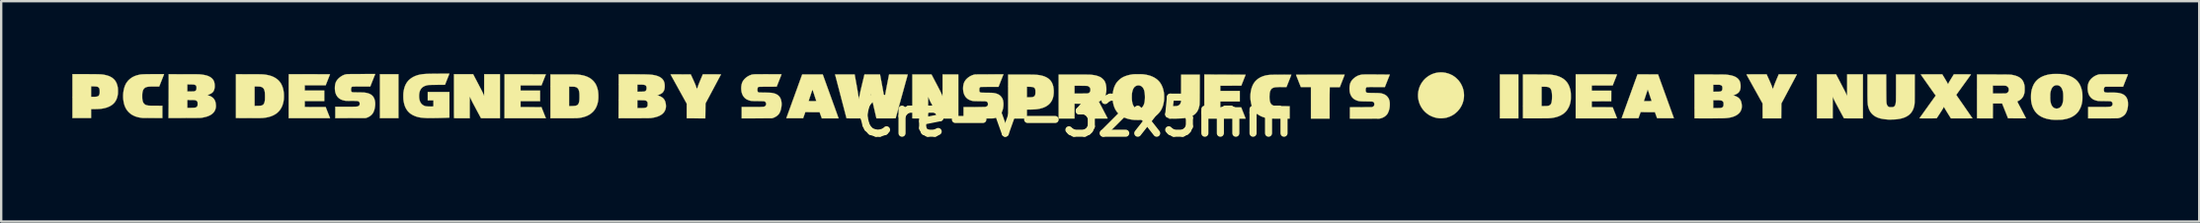
<source format=kicad_pcb>
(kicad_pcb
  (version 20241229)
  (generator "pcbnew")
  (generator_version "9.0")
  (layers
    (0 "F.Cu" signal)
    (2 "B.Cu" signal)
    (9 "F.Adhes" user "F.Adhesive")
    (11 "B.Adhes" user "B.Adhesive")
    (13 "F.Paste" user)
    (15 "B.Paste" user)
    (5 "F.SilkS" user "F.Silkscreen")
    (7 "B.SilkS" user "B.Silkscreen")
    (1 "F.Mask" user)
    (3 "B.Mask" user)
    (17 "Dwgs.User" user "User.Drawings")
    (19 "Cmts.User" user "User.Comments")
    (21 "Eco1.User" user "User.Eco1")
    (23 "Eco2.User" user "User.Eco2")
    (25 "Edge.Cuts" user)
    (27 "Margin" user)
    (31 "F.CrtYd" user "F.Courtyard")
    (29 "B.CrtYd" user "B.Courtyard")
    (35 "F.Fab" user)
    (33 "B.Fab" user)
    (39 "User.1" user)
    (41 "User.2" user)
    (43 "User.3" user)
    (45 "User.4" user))
  (footprint "Cre-v-32x5mm"
    (layer "F.Cu")
    (at 42.287 1.886)
    (property "Reference" "Cre-v-32x5mm" (at 0 0 0) (layer "F.SilkS") (effects (font (size 1.524 1.524) (thickness 0.3))))
    (attr through_hole)
    (fp_poly (pts (xy -28.533 0.052) (xy -29.313 0.052) (xy -29.313 -1.802) (xy -28.533 -1.802) (xy -28.533 0.052)) (stroke (width 0.01) (type solid)) (fill yes) (layer "F.SilkS"))
    (fp_poly (pts (xy 18.702 0.061) (xy 17.921 0.061) (xy 17.921 -1.792) (xy 18.702 -1.792) (xy 18.702 0.061)) (stroke (width 0.01) (type solid)) (fill yes) (layer "F.SilkS"))
    (fp_poly (pts (xy -23.605 -1.801) (xy -23.539 -1.801) (xy -23.468 -1.801) (xy -23.393 -1.801) (xy -23.314 -1.8) (xy -23.234 -1.8) (xy -23.152 -1.8) (xy -23.069 -1.8) (xy -22.987 -1.799) (xy -22.933 -1.799) (xy -22.316 -1.796) (xy -22.408 -1.563) (xy -22.5 -1.331) (xy -22.941 -1.331) (xy -23.382 -1.331) (xy -23.382 -1.11) (xy -22.559 -1.11) (xy -22.559 -0.663) (xy -23.382 -0.663) (xy -23.382 -0.414) (xy -22.941 -0.413) (xy -22.5 -0.412) (xy -22.474 -0.343) (xy -22.466 -0.323) (xy -22.455 -0.295) (xy -22.441 -0.261) (xy -22.426 -0.224) (xy -22.411 -0.184) (xy -22.394 -0.143) (xy -22.381 -0.109) (xy -22.315 0.056) (xy -24.059 0.056) (xy -24.058 -0.871) (xy -24.057 -1.799) (xy -23.803 -1.801) (xy -23.765 -1.801) (xy -23.719 -1.801) (xy -23.666 -1.801) (xy -23.605 -1.801)) (stroke (width 0.01) (type solid)) (fill yes) (layer "F.SilkS"))
    (fp_poly (pts (xy -32.999 -1.804) (xy -32.947 -1.804) (xy -32.889 -1.804) (xy -32.826 -1.804) (xy -32.757 -1.804) (xy -32.683 -1.804) (xy -32.605 -1.804) (xy -32.524 -1.803) (xy -32.439 -1.803) (xy -32.351 -1.803) (xy -32.284 -1.803) (xy -31.418 -1.799) (xy -31.602 -1.336) (xy -32.484 -1.336) (xy -32.484 -1.115) (xy -31.661 -1.115) (xy -31.661 -0.668) (xy -32.484 -0.668) (xy -32.484 -0.419) (xy -32.043 -0.417) (xy -31.602 -0.416) (xy -31.51 -0.182) (xy -31.417 0.052) (xy -33.161 0.052) (xy -33.161 -0.875) (xy -33.161 -0.989) (xy -33.161 -1.093) (xy -33.161 -1.189) (xy -33.161 -1.277) (xy -33.161 -1.356) (xy -33.161 -1.428) (xy -33.16 -1.492) (xy -33.16 -1.549) (xy -33.16 -1.6) (xy -33.16 -1.644) (xy -33.159 -1.681) (xy -33.159 -1.713) (xy -33.159 -1.74) (xy -33.158 -1.762) (xy -33.158 -1.778) (xy -33.157 -1.79) (xy -33.156 -1.799) (xy -33.156 -1.803) (xy -33.155 -1.804) (xy -33.15 -1.804) (xy -33.136 -1.804) (xy -33.113 -1.804) (xy -33.083 -1.804) (xy -33.044 -1.804) (xy -32.999 -1.804)) (stroke (width 0.01) (type solid)) (fill yes) (layer "F.SilkS"))
    (fp_poly (pts (xy 5.262 -1.175) (xy 5.262 -1.083) (xy 5.262 -1.001) (xy 5.261 -0.926) (xy 5.261 -0.86) (xy 5.261 -0.801) (xy 5.26 -0.748) (xy 5.26 -0.702) (xy 5.259 -0.662) (xy 5.258 -0.626) (xy 5.258 -0.595) (xy 5.256 -0.568) (xy 5.255 -0.545) (xy 5.254 -0.525) (xy 5.252 -0.507) (xy 5.25 -0.491) (xy 5.247 -0.476) (xy 5.245 -0.462) (xy 5.241 -0.449) (xy 5.238 -0.435) (xy 5.234 -0.421) (xy 5.23 -0.406) (xy 5.208 -0.334) (xy 5.179 -0.269) (xy 5.143 -0.21) (xy 5.101 -0.158) (xy 5.053 -0.111) (xy 4.997 -0.071) (xy 4.934 -0.036) (xy 4.864 -0.006) (xy 4.786 0.018) (xy 4.764 0.024) (xy 4.728 0.032) (xy 4.692 0.039) (xy 4.657 0.045) (xy 4.619 0.051) (xy 4.579 0.055) (xy 4.536 0.059) (xy 4.489 0.062) (xy 4.436 0.064) (xy 4.377 0.066) (xy 4.311 0.068) (xy 4.236 0.069) (xy 4.216 0.069) (xy 3.97 0.072) (xy 3.97 -0.451) (xy 4.122 -0.453) (xy 4.168 -0.454) (xy 4.206 -0.455) (xy 4.237 -0.456) (xy 4.261 -0.457) (xy 4.281 -0.459) (xy 4.295 -0.461) (xy 4.305 -0.463) (xy 4.349 -0.476) (xy 4.385 -0.494) (xy 4.414 -0.517) (xy 4.437 -0.547) (xy 4.455 -0.585) (xy 4.465 -0.615) (xy 4.475 -0.651) (xy 4.477 -1.217) (xy 4.478 -1.783) (xy 5.264 -1.783) (xy 5.262 -1.175)) (stroke (width 0.01) (type solid)) (fill yes) (layer "F.SilkS"))
    (fp_poly (pts (xy 6.325 -1.786) (xy 6.415 -1.785) (xy 6.502 -1.785) (xy 6.586 -1.785) (xy 6.667 -1.784) (xy 6.744 -1.784) (xy 6.816 -1.783) (xy 6.883 -1.783) (xy 6.946 -1.783) (xy 7.002 -1.782) (xy 7.052 -1.782) (xy 7.095 -1.782) (xy 7.132 -1.782) (xy 7.16 -1.781) (xy 7.181 -1.781) (xy 7.192 -1.781) (xy 7.195 -1.781) (xy 7.194 -1.776) (xy 7.19 -1.764) (xy 7.182 -1.744) (xy 7.172 -1.718) (xy 7.16 -1.687) (xy 7.146 -1.651) (xy 7.13 -1.611) (xy 7.113 -1.568) (xy 7.106 -1.549) (xy 7.014 -1.319) (xy 6.129 -1.317) (xy 6.129 -1.096) (xy 6.952 -1.096) (xy 6.952 -0.649) (xy 6.129 -0.649) (xy 6.129 -0.4) (xy 7.013 -0.4) (xy 7.027 -0.363) (xy 7.031 -0.351) (xy 7.039 -0.332) (xy 7.049 -0.305) (xy 7.062 -0.274) (xy 7.076 -0.238) (xy 7.092 -0.198) (xy 7.108 -0.157) (xy 7.119 -0.13) (xy 7.135 -0.09) (xy 7.15 -0.052) (xy 7.163 -0.018) (xy 7.175 0.012) (xy 7.184 0.036) (xy 7.191 0.055) (xy 7.196 0.065) (xy 7.197 0.068) (xy 7.192 0.069) (xy 7.178 0.069) (xy 7.156 0.069) (xy 7.126 0.069) (xy 7.089 0.069) (xy 7.044 0.07) (xy 6.993 0.07) (xy 6.935 0.07) (xy 6.872 0.07) (xy 6.803 0.07) (xy 6.73 0.07) (xy 6.653 0.07) (xy 6.571 0.07) (xy 6.486 0.071) (xy 6.399 0.071) (xy 6.326 0.071) (xy 5.456 0.071) (xy 5.456 -1.789) (xy 6.325 -1.786)) (stroke (width 0.01) (type solid)) (fill yes) (layer "F.SilkS"))
    (fp_poly (pts (xy 11.371 -1.772) (xy 11.368 -1.765) (xy 11.363 -1.751) (xy 11.355 -1.73) (xy 11.345 -1.703) (xy 11.332 -1.672) (xy 11.319 -1.637) (xy 11.304 -1.6) (xy 11.303 -1.597) (xy 11.287 -1.555) (xy 11.27 -1.512) (xy 11.253 -1.469) (xy 11.237 -1.428) (xy 11.223 -1.392) (xy 11.211 -1.361) (xy 11.204 -1.344) (xy 11.17 -1.256) (xy 10.745 -1.256) (xy 10.742 -1.072) (xy 10.741 -1.04) (xy 10.741 -1) (xy 10.74 -0.952) (xy 10.74 -0.899) (xy 10.74 -0.839) (xy 10.739 -0.775) (xy 10.739 -0.708) (xy 10.739 -0.638) (xy 10.739 -0.567) (xy 10.739 -0.495) (xy 10.739 -0.423) (xy 10.739 -0.408) (xy 10.739 0.071) (xy 9.953 0.071) (xy 9.953 -1.261) (xy 9.74 -1.261) (xy 9.527 -1.261) (xy 9.427 -1.513) (xy 9.409 -1.56) (xy 9.392 -1.604) (xy 9.376 -1.645) (xy 9.361 -1.681) (xy 9.349 -1.713) (xy 9.339 -1.739) (xy 9.331 -1.758) (xy 9.326 -1.771) (xy 9.325 -1.774) (xy 9.325 -1.775) (xy 9.326 -1.776) (xy 9.328 -1.777) (xy 9.332 -1.778) (xy 9.337 -1.778) (xy 9.346 -1.779) (xy 9.356 -1.78) (xy 9.37 -1.78) (xy 9.388 -1.78) (xy 9.409 -1.781) (xy 9.435 -1.781) (xy 9.465 -1.781) (xy 9.5 -1.782) (xy 9.54 -1.782) (xy 9.586 -1.782) (xy 9.638 -1.782) (xy 9.696 -1.782) (xy 9.761 -1.782) (xy 9.834 -1.783) (xy 9.913 -1.783) (xy 10.001 -1.783) (xy 10.097 -1.783) (xy 10.201 -1.783) (xy 10.314 -1.783) (xy 10.348 -1.783) (xy 11.374 -1.783) (xy 11.371 -1.772)) (stroke (width 0.01) (type solid)) (fill yes) (layer "F.SilkS"))
    (fp_poly (pts (xy 15.532 -1.877) (xy 15.625 -1.863) (xy 15.717 -1.84) (xy 15.806 -1.809) (xy 15.892 -1.769) (xy 15.974 -1.721) (xy 16.025 -1.685) (xy 16.05 -1.665) (xy 16.079 -1.639) (xy 16.109 -1.611) (xy 16.139 -1.581) (xy 16.167 -1.553) (xy 16.189 -1.527) (xy 16.191 -1.524) (xy 16.247 -1.449) (xy 16.294 -1.368) (xy 16.334 -1.284) (xy 16.366 -1.197) (xy 16.389 -1.107) (xy 16.403 -1.016) (xy 16.409 -0.924) (xy 16.407 -0.845) (xy 16.395 -0.748) (xy 16.374 -0.655) (xy 16.345 -0.565) (xy 16.307 -0.479) (xy 16.261 -0.397) (xy 16.207 -0.32) (xy 16.145 -0.247) (xy 16.124 -0.226) (xy 16.053 -0.161) (xy 15.978 -0.104) (xy 15.897 -0.056) (xy 15.811 -0.015) (xy 15.721 0.017) (xy 15.666 0.033) (xy 15.61 0.044) (xy 15.549 0.052) (xy 15.486 0.058) (xy 15.424 0.059) (xy 15.365 0.057) (xy 15.351 0.056) (xy 15.266 0.044) (xy 15.182 0.024) (xy 15.098 -0.003) (xy 15.018 -0.037) (xy 14.942 -0.076) (xy 14.908 -0.098) (xy 14.832 -0.153) (xy 14.762 -0.215) (xy 14.699 -0.282) (xy 14.643 -0.355) (xy 14.595 -0.432) (xy 14.554 -0.512) (xy 14.521 -0.596) (xy 14.496 -0.683) (xy 14.478 -0.772) (xy 14.469 -0.862) (xy 14.469 -0.953) (xy 14.478 -1.045) (xy 14.495 -1.136) (xy 14.521 -1.227) (xy 14.556 -1.315) (xy 14.599 -1.397) (xy 14.649 -1.475) (xy 14.705 -1.547) (xy 14.768 -1.613) (xy 14.837 -1.672) (xy 14.91 -1.725) (xy 14.989 -1.771) (xy 15.071 -1.809) (xy 15.157 -1.84) (xy 15.247 -1.863) (xy 15.339 -1.876) (xy 15.433 -1.881) (xy 15.437 -1.881) (xy 15.532 -1.877)) (stroke (width 0.01) (type solid)) (fill yes) (layer "F.SilkS"))
    (fp_poly (pts (xy 22.1 -1.797) (xy 22.201 -1.797) (xy 22.293 -1.797) (xy 22.377 -1.797) (xy 22.452 -1.796) (xy 22.52 -1.796) (xy 22.581 -1.796) (xy 22.635 -1.796) (xy 22.682 -1.796) (xy 22.722 -1.795) (xy 22.757 -1.795) (xy 22.786 -1.795) (xy 22.81 -1.794) (xy 22.828 -1.794) (xy 22.842 -1.793) (xy 22.852 -1.792) (xy 22.858 -1.792) (xy 22.86 -1.791) (xy 22.86 -1.791) (xy 22.858 -1.786) (xy 22.853 -1.772) (xy 22.846 -1.752) (xy 22.835 -1.725) (xy 22.823 -1.693) (xy 22.809 -1.657) (xy 22.793 -1.617) (xy 22.776 -1.574) (xy 22.769 -1.557) (xy 22.679 -1.329) (xy 22.238 -1.328) (xy 21.798 -1.326) (xy 21.796 -1.271) (xy 21.795 -1.241) (xy 21.795 -1.208) (xy 21.795 -1.175) (xy 21.796 -1.161) (xy 21.798 -1.105) (xy 22.62 -1.105) (xy 22.618 -0.661) (xy 22.208 -0.66) (xy 21.798 -0.658) (xy 21.796 -0.596) (xy 21.795 -0.565) (xy 21.795 -0.529) (xy 21.795 -0.494) (xy 21.796 -0.472) (xy 21.798 -0.409) (xy 22.679 -0.407) (xy 22.769 -0.179) (xy 22.787 -0.135) (xy 22.803 -0.093) (xy 22.818 -0.055) (xy 22.831 -0.022) (xy 22.842 0.007) (xy 22.851 0.03) (xy 22.857 0.046) (xy 22.86 0.054) (xy 22.86 0.055) (xy 22.858 0.056) (xy 22.853 0.057) (xy 22.844 0.057) (xy 22.83 0.058) (xy 22.812 0.058) (xy 22.79 0.059) (xy 22.761 0.059) (xy 22.728 0.06) (xy 22.688 0.06) (xy 22.642 0.06) (xy 22.589 0.06) (xy 22.529 0.061) (xy 22.462 0.061) (xy 22.388 0.061) (xy 22.305 0.061) (xy 22.214 0.061) (xy 22.115 0.061) (xy 22.006 0.061) (xy 21.12 0.061) (xy 21.12 -1.797) (xy 21.99 -1.797) (xy 22.1 -1.797)) (stroke (width 0.01) (type solid)) (fill yes) (layer "F.SilkS"))
    (fp_poly (pts (xy -25.193 -1.441) (xy -25.157 -1.373) (xy -25.125 -1.311) (xy -25.097 -1.257) (xy -25.072 -1.21) (xy -25.05 -1.168) (xy -25.032 -1.132) (xy -25.015 -1.1) (xy -25.001 -1.072) (xy -24.989 -1.047) (xy -24.979 -1.026) (xy -24.97 -1.006) (xy -24.962 -0.988) (xy -24.954 -0.971) (xy -24.947 -0.954) (xy -24.94 -0.937) (xy -24.939 -0.934) (xy -24.918 -0.882) (xy -24.915 -1.802) (xy -24.252 -1.802) (xy -24.252 0.056) (xy -24.651 0.055) (xy -25.05 0.054) (xy -25.246 -0.31) (xy -25.285 -0.384) (xy -25.32 -0.45) (xy -25.351 -0.509) (xy -25.379 -0.561) (xy -25.403 -0.607) (xy -25.424 -0.648) (xy -25.443 -0.685) (xy -25.459 -0.717) (xy -25.472 -0.745) (xy -25.484 -0.771) (xy -25.494 -0.794) (xy -25.503 -0.815) (xy -25.508 -0.828) (xy -25.514 -0.843) (xy -25.52 -0.854) (xy -25.523 -0.858) (xy -25.523 -0.854) (xy -25.524 -0.841) (xy -25.525 -0.82) (xy -25.525 -0.79) (xy -25.526 -0.752) (xy -25.526 -0.706) (xy -25.526 -0.653) (xy -25.527 -0.593) (xy -25.527 -0.526) (xy -25.527 -0.453) (xy -25.527 -0.403) (xy -25.527 0.056) (xy -25.85 0.056) (xy -25.905 0.056) (xy -25.957 0.056) (xy -26.005 0.055) (xy -26.049 0.055) (xy -26.088 0.055) (xy -26.122 0.054) (xy -26.149 0.054) (xy -26.168 0.054) (xy -26.179 0.053) (xy -26.182 0.053) (xy -26.183 0.053) (xy -26.184 0.051) (xy -26.185 0.048) (xy -26.185 0.044) (xy -26.186 0.037) (xy -26.187 0.028) (xy -26.187 0.016) (xy -26.188 0.001) (xy -26.188 -0.017) (xy -26.189 -0.04) (xy -26.189 -0.067) (xy -26.189 -0.099) (xy -26.189 -0.136) (xy -26.19 -0.178) (xy -26.19 -0.227) (xy -26.19 -0.282) (xy -26.19 -0.343) (xy -26.19 -0.412) (xy -26.19 -0.488) (xy -26.19 -0.572) (xy -26.19 -0.664) (xy -26.19 -0.764) (xy -26.19 -0.874) (xy -26.19 -1.802) (xy -25.382 -1.802) (xy -25.193 -1.441)) (stroke (width 0.01) (type solid)) (fill yes) (layer "F.SilkS"))
    (fp_poly (pts (xy 32.104 -1.786) (xy 32.108 -1.779) (xy 32.116 -1.765) (xy 32.128 -1.743) (xy 32.142 -1.716) (xy 32.16 -1.683) (xy 32.179 -1.646) (xy 32.201 -1.605) (xy 32.224 -1.561) (xy 32.249 -1.514) (xy 32.274 -1.466) (xy 32.299 -1.417) (xy 32.325 -1.368) (xy 32.35 -1.32) (xy 32.374 -1.274) (xy 32.397 -1.229) (xy 32.419 -1.188) (xy 32.439 -1.15) (xy 32.456 -1.117) (xy 32.47 -1.089) (xy 32.481 -1.067) (xy 32.489 -1.052) (xy 32.491 -1.048) (xy 32.504 -1.02) (xy 32.518 -0.989) (xy 32.531 -0.96) (xy 32.541 -0.936) (xy 32.55 -0.914) (xy 32.557 -0.898) (xy 32.562 -0.891) (xy 32.565 -0.89) (xy 32.565 -0.896) (xy 32.566 -0.91) (xy 32.566 -0.932) (xy 32.567 -0.962) (xy 32.567 -0.998) (xy 32.567 -1.041) (xy 32.568 -1.089) (xy 32.568 -1.142) (xy 32.568 -1.199) (xy 32.568 -1.26) (xy 32.568 -1.323) (xy 32.568 -1.346) (xy 32.568 -1.797) (xy 33.232 -1.797) (xy 33.232 0.061) (xy 32.835 0.061) (xy 32.762 0.061) (xy 32.697 0.061) (xy 32.642 0.061) (xy 32.594 0.061) (xy 32.553 0.06) (xy 32.519 0.06) (xy 32.492 0.059) (xy 32.471 0.059) (xy 32.454 0.058) (xy 32.443 0.057) (xy 32.436 0.056) (xy 32.433 0.055) (xy 32.433 0.055) (xy 32.43 0.05) (xy 32.423 0.037) (xy 32.412 0.017) (xy 32.398 -0.008) (xy 32.381 -0.04) (xy 32.361 -0.075) (xy 32.34 -0.115) (xy 32.317 -0.158) (xy 32.292 -0.203) (xy 32.267 -0.25) (xy 32.241 -0.298) (xy 32.215 -0.346) (xy 32.19 -0.394) (xy 32.165 -0.441) (xy 32.141 -0.485) (xy 32.119 -0.527) (xy 32.098 -0.565) (xy 32.08 -0.6) (xy 32.065 -0.629) (xy 32.052 -0.653) (xy 32.043 -0.67) (xy 32.039 -0.677) (xy 32.026 -0.706) (xy 32.01 -0.739) (xy 31.995 -0.773) (xy 31.985 -0.797) (xy 31.959 -0.858) (xy 31.958 -0.398) (xy 31.957 0.061) (xy 31.294 0.061) (xy 31.294 -1.797) (xy 32.098 -1.797) (xy 32.104 -1.786)) (stroke (width 0.01) (type solid)) (fill yes) (layer "F.SilkS"))
    (fp_poly (pts (xy -5.873 -1.453) (xy -5.836 -1.384) (xy -5.804 -1.322) (xy -5.775 -1.268) (xy -5.751 -1.22) (xy -5.729 -1.178) (xy -5.71 -1.142) (xy -5.694 -1.11) (xy -5.68 -1.083) (xy -5.668 -1.059) (xy -5.657 -1.037) (xy -5.648 -1.019) (xy -5.641 -1.002) (xy -5.634 -0.986) (xy -5.627 -0.97) (xy -5.621 -0.955) (xy -5.616 -0.943) (xy -5.607 -0.921) (xy -5.598 -0.901) (xy -5.592 -0.887) (xy -5.588 -0.878) (xy -5.587 -0.877) (xy -5.587 -0.881) (xy -5.586 -0.894) (xy -5.586 -0.915) (xy -5.585 -0.943) (xy -5.585 -0.979) (xy -5.584 -1.02) (xy -5.584 -1.068) (xy -5.584 -1.12) (xy -5.584 -1.176) (xy -5.583 -1.237) (xy -5.583 -1.3) (xy -5.583 -1.333) (xy -5.583 -1.792) (xy -4.92 -1.792) (xy -4.92 0.066) (xy -5.317 0.066) (xy -5.39 0.066) (xy -5.455 0.066) (xy -5.511 0.066) (xy -5.559 0.065) (xy -5.6 0.065) (xy -5.633 0.065) (xy -5.661 0.064) (xy -5.682 0.064) (xy -5.698 0.063) (xy -5.709 0.062) (xy -5.716 0.061) (xy -5.719 0.06) (xy -5.722 0.055) (xy -5.729 0.042) (xy -5.74 0.023) (xy -5.753 -0.003) (xy -5.77 -0.034) (xy -5.79 -0.069) (xy -5.811 -0.109) (xy -5.834 -0.152) (xy -5.858 -0.197) (xy -5.883 -0.243) (xy -5.909 -0.291) (xy -5.935 -0.339) (xy -5.96 -0.387) (xy -5.985 -0.433) (xy -6.009 -0.477) (xy -6.031 -0.518) (xy -6.051 -0.557) (xy -6.069 -0.59) (xy -6.085 -0.619) (xy -6.097 -0.643) (xy -6.106 -0.66) (xy -6.11 -0.668) (xy -6.12 -0.689) (xy -6.132 -0.715) (xy -6.146 -0.745) (xy -6.158 -0.774) (xy -6.162 -0.783) (xy -6.192 -0.853) (xy -6.195 0.066) (xy -6.495 0.065) (xy -6.548 0.065) (xy -6.599 0.065) (xy -6.647 0.064) (xy -6.692 0.064) (xy -6.732 0.064) (xy -6.766 0.063) (xy -6.793 0.063) (xy -6.813 0.063) (xy -6.825 0.062) (xy -6.826 0.062) (xy -6.858 0.061) (xy -6.858 -1.792) (xy -6.051 -1.792) (xy -5.873 -1.453)) (stroke (width 0.01) (type solid)) (fill yes) (layer "F.SilkS"))
    (fp_poly (pts (xy -2.325 -1.787) (xy -2.226 -1.787) (xy -2.137 -1.787) (xy -2.056 -1.787) (xy -1.982 -1.786) (xy -1.916 -1.786) (xy -1.856 -1.785) (xy -1.803 -1.784) (xy -1.754 -1.783) (xy -1.711 -1.782) (xy -1.672 -1.78) (xy -1.637 -1.778) (xy -1.605 -1.776) (xy -1.576 -1.773) (xy -1.549 -1.77) (xy -1.524 -1.767) (xy -1.5 -1.763) (xy -1.476 -1.759) (xy -1.453 -1.754) (xy -1.366 -1.734) (xy -1.286 -1.708) (xy -1.215 -1.676) (xy -1.151 -1.64) (xy -1.094 -1.597) (xy -1.045 -1.549) (xy -1.003 -1.495) (xy -0.968 -1.435) (xy -0.94 -1.368) (xy -0.918 -1.296) (xy -0.904 -1.217) (xy -0.896 -1.131) (xy -0.895 -1.112) (xy -0.895 -1.019) (xy -0.903 -0.931) (xy -0.917 -0.849) (xy -0.939 -0.773) (xy -0.968 -0.703) (xy -1.005 -0.639) (xy -1.049 -0.581) (xy -1.1 -0.528) (xy -1.159 -0.482) (xy -1.225 -0.44) (xy -1.298 -0.405) (xy -1.38 -0.375) (xy -1.468 -0.351) (xy -1.526 -0.339) (xy -1.564 -0.332) (xy -1.602 -0.327) (xy -1.642 -0.322) (xy -1.684 -0.319) (xy -1.73 -0.316) (xy -1.782 -0.314) (xy -1.842 -0.312) (xy -1.866 -0.312) (xy -2.027 -0.309) (xy -2.027 0.066) (xy -2.818 0.066) (xy -2.818 -0.828) (xy -2.027 -0.828) (xy -1.949 -0.828) (xy -1.918 -0.828) (xy -1.886 -0.829) (xy -1.856 -0.83) (xy -1.831 -0.832) (xy -1.823 -0.833) (xy -1.797 -0.836) (xy -1.778 -0.84) (xy -1.761 -0.845) (xy -1.745 -0.853) (xy -1.722 -0.866) (xy -1.704 -0.882) (xy -1.69 -0.902) (xy -1.679 -0.926) (xy -1.672 -0.956) (xy -1.668 -0.993) (xy -1.666 -1.031) (xy -1.666 -1.081) (xy -1.668 -1.124) (xy -1.674 -1.159) (xy -1.684 -1.187) (xy -1.697 -1.211) (xy -1.714 -1.229) (xy -1.736 -1.244) (xy -1.747 -1.249) (xy -1.762 -1.255) (xy -1.779 -1.26) (xy -1.799 -1.264) (xy -1.823 -1.267) (xy -1.854 -1.269) (xy -1.891 -1.271) (xy -1.93 -1.272) (xy -2.027 -1.275) (xy -2.027 -0.828) (xy -2.818 -0.828) (xy -2.818 -1.787) (xy -2.325 -1.787)) (stroke (width 0.01) (type solid)) (fill yes) (layer "F.SilkS"))
    (fp_poly (pts (xy 29.188 -1.76) (xy 29.193 -1.748) (xy 29.202 -1.728) (xy 29.214 -1.702) (xy 29.229 -1.671) (xy 29.244 -1.636) (xy 29.261 -1.599) (xy 29.279 -1.56) (xy 29.28 -1.559) (xy 29.31 -1.49) (xy 29.337 -1.429) (xy 29.361 -1.373) (xy 29.38 -1.323) (xy 29.398 -1.278) (xy 29.412 -1.235) (xy 29.419 -1.212) (xy 29.425 -1.194) (xy 29.43 -1.181) (xy 29.434 -1.174) (xy 29.435 -1.173) (xy 29.437 -1.178) (xy 29.441 -1.191) (xy 29.448 -1.21) (xy 29.456 -1.234) (xy 29.466 -1.262) (xy 29.471 -1.278) (xy 29.484 -1.316) (xy 29.502 -1.363) (xy 29.522 -1.416) (xy 29.546 -1.475) (xy 29.573 -1.539) (xy 29.594 -1.589) (xy 29.682 -1.797) (xy 30.065 -1.797) (xy 30.124 -1.797) (xy 30.18 -1.797) (xy 30.233 -1.797) (xy 30.281 -1.797) (xy 30.325 -1.796) (xy 30.363 -1.796) (xy 30.395 -1.796) (xy 30.42 -1.796) (xy 30.437 -1.796) (xy 30.446 -1.796) (xy 30.447 -1.795) (xy 30.446 -1.793) (xy 30.443 -1.788) (xy 30.438 -1.778) (xy 30.431 -1.764) (xy 30.421 -1.746) (xy 30.409 -1.723) (xy 30.394 -1.695) (xy 30.377 -1.662) (xy 30.356 -1.623) (xy 30.332 -1.578) (xy 30.305 -1.527) (xy 30.275 -1.47) (xy 30.241 -1.406) (xy 30.203 -1.335) (xy 30.161 -1.257) (xy 30.116 -1.171) (xy 30.066 -1.078) (xy 30.014 -0.98) (xy 29.793 -0.566) (xy 29.79 -0.252) (xy 29.787 0.061) (xy 29.003 0.061) (xy 29.001 -0.567) (xy 28.663 -1.175) (xy 28.624 -1.245) (xy 28.586 -1.313) (xy 28.55 -1.378) (xy 28.516 -1.44) (xy 28.483 -1.499) (xy 28.453 -1.554) (xy 28.425 -1.604) (xy 28.4 -1.649) (xy 28.378 -1.688) (xy 28.36 -1.722) (xy 28.344 -1.75) (xy 28.333 -1.77) (xy 28.326 -1.784) (xy 28.323 -1.79) (xy 28.323 -1.79) (xy 28.323 -1.791) (xy 28.326 -1.792) (xy 28.331 -1.793) (xy 28.339 -1.794) (xy 28.351 -1.795) (xy 28.367 -1.795) (xy 28.388 -1.796) (xy 28.415 -1.796) (xy 28.447 -1.796) (xy 28.486 -1.796) (xy 28.532 -1.797) (xy 28.585 -1.797) (xy 28.647 -1.797) (xy 28.717 -1.797) (xy 28.746 -1.797) (xy 29.171 -1.797) (xy 29.188 -1.76)) (stroke (width 0.01) (type solid)) (fill yes) (layer "F.SilkS"))
    (fp_poly (pts (xy -10.306 -0.876) (xy -10.274 -0.787) (xy -10.242 -0.699) (xy -10.212 -0.615) (xy -10.183 -0.533) (xy -10.154 -0.456) (xy -10.128 -0.382) (xy -10.103 -0.312) (xy -10.08 -0.247) (xy -10.058 -0.188) (xy -10.039 -0.134) (xy -10.022 -0.086) (xy -10.007 -0.045) (xy -9.995 -0.01) (xy -9.985 0.017) (xy -9.978 0.036) (xy -9.974 0.048) (xy -9.973 0.051) (xy -9.971 0.061) (xy -10.675 0.061) (xy -10.723 -0.069) (xy -10.77 -0.2) (xy -11.071 -0.201) (xy -11.372 -0.202) (xy -11.419 -0.073) (xy -11.465 0.056) (xy -11.819 0.056) (xy -12.173 0.056) (xy -12.164 0.032) (xy -12.161 0.024) (xy -12.155 0.008) (xy -12.147 -0.016) (xy -12.136 -0.046) (xy -12.122 -0.083) (xy -12.107 -0.126) (xy -12.09 -0.173) (xy -12.071 -0.225) (xy -12.051 -0.28) (xy -12.03 -0.338) (xy -12.008 -0.399) (xy -12 -0.421) (xy -11.975 -0.491) (xy -11.947 -0.568) (xy -11.917 -0.652) (xy -11.91 -0.671) (xy -11.232 -0.671) (xy -11.228 -0.67) (xy -11.215 -0.669) (xy -11.195 -0.669) (xy -11.169 -0.668) (xy -11.137 -0.668) (xy -11.102 -0.668) (xy -11.07 -0.668) (xy -11.026 -0.668) (xy -10.99 -0.668) (xy -10.962 -0.668) (xy -10.941 -0.669) (xy -10.927 -0.67) (xy -10.917 -0.671) (xy -10.911 -0.672) (xy -10.909 -0.674) (xy -10.909 -0.675) (xy -10.911 -0.68) (xy -10.916 -0.694) (xy -10.923 -0.715) (xy -10.932 -0.742) (xy -10.943 -0.775) (xy -10.955 -0.813) (xy -10.969 -0.854) (xy -10.983 -0.899) (xy -10.99 -0.92) (xy -11.005 -0.965) (xy -11.019 -1.007) (xy -11.032 -1.045) (xy -11.044 -1.079) (xy -11.054 -1.108) (xy -11.062 -1.13) (xy -11.068 -1.146) (xy -11.072 -1.153) (xy -11.072 -1.154) (xy -11.074 -1.149) (xy -11.079 -1.136) (xy -11.086 -1.117) (xy -11.094 -1.091) (xy -11.105 -1.06) (xy -11.116 -1.026) (xy -11.129 -0.988) (xy -11.142 -0.949) (xy -11.155 -0.908) (xy -11.169 -0.868) (xy -11.182 -0.829) (xy -11.194 -0.792) (xy -11.205 -0.758) (xy -11.214 -0.728) (xy -11.222 -0.704) (xy -11.228 -0.685) (xy -11.232 -0.674) (xy -11.232 -0.671) (xy -11.91 -0.671) (xy -11.885 -0.739) (xy -11.853 -0.829) (xy -11.819 -0.92) (xy -11.787 -1.011) (xy -11.754 -1.1) (xy -11.723 -1.186) (xy -11.694 -1.266) (xy -11.675 -1.321) (xy -11.504 -1.792) (xy -10.637 -1.792) (xy -10.306 -0.876)) (stroke (width 0.01) (type solid)) (fill yes) (layer "F.SilkS"))
    (fp_poly (pts (xy -0.065 -1.787) (xy 0.025 -1.787) (xy 0.11 -1.787) (xy 0.191 -1.787) (xy 0.266 -1.787) (xy 0.336 -1.786) (xy 0.4 -1.786) (xy 0.458 -1.786) (xy 0.509 -1.785) (xy 0.552 -1.785) (xy 0.587 -1.784) (xy 0.614 -1.783) (xy 0.632 -1.783) (xy 0.635 -1.783) (xy 0.733 -1.774) (xy 0.822 -1.761) (xy 0.903 -1.743) (xy 0.977 -1.72) (xy 1.044 -1.693) (xy 1.089 -1.669) (xy 1.118 -1.649) (xy 1.149 -1.624) (xy 1.179 -1.596) (xy 1.207 -1.567) (xy 1.231 -1.539) (xy 1.246 -1.517) (xy 1.272 -1.464) (xy 1.293 -1.407) (xy 1.309 -1.343) (xy 1.319 -1.272) (xy 1.322 -1.245) (xy 1.325 -1.173) (xy 1.323 -1.102) (xy 1.315 -1.033) (xy 1.301 -0.969) (xy 1.283 -0.91) (xy 1.272 -0.882) (xy 1.246 -0.833) (xy 1.211 -0.786) (xy 1.168 -0.743) (xy 1.12 -0.705) (xy 1.067 -0.673) (xy 1.042 -0.661) (xy 1.006 -0.644) (xy 1.027 -0.605) (xy 1.036 -0.589) (xy 1.048 -0.565) (xy 1.064 -0.535) (xy 1.083 -0.499) (xy 1.105 -0.459) (xy 1.128 -0.415) (xy 1.152 -0.368) (xy 1.178 -0.32) (xy 1.203 -0.27) (xy 1.229 -0.221) (xy 1.254 -0.173) (xy 1.279 -0.126) (xy 1.301 -0.083) (xy 1.322 -0.044) (xy 1.34 -0.009) (xy 1.355 0.02) (xy 1.366 0.043) (xy 1.371 0.051) (xy 1.378 0.066) (xy 0.622 0.066) (xy 0.497 -0.246) (xy 0.373 -0.557) (xy 0.177 -0.559) (xy -0.019 -0.56) (xy -0.019 0.066) (xy -0.687 0.066) (xy -0.687 -0.981) (xy -0.019 -0.981) (xy 0.253 -0.982) (xy 0.312 -0.982) (xy 0.362 -0.983) (xy 0.405 -0.983) (xy 0.44 -0.984) (xy 0.469 -0.984) (xy 0.492 -0.985) (xy 0.511 -0.986) (xy 0.525 -0.987) (xy 0.535 -0.988) (xy 0.543 -0.989) (xy 0.548 -0.991) (xy 0.582 -1.006) (xy 0.611 -1.029) (xy 0.633 -1.059) (xy 0.645 -1.082) (xy 0.649 -1.098) (xy 0.651 -1.122) (xy 0.651 -1.145) (xy 0.651 -1.17) (xy 0.649 -1.187) (xy 0.646 -1.202) (xy 0.641 -1.216) (xy 0.64 -1.217) (xy 0.624 -1.243) (xy 0.601 -1.267) (xy 0.573 -1.288) (xy 0.543 -1.304) (xy 0.529 -1.308) (xy 0.522 -1.309) (xy 0.506 -1.31) (xy 0.483 -1.311) (xy 0.453 -1.312) (xy 0.417 -1.313) (xy 0.376 -1.313) (xy 0.331 -1.314) (xy 0.283 -1.315) (xy 0.248 -1.315) (xy -0.019 -1.318) (xy -0.019 -0.981) (xy -0.687 -0.981) (xy -0.687 -1.787) (xy -0.065 -1.787)) (stroke (width 0.01) (type solid)) (fill yes) (layer "F.SilkS"))
    (fp_poly (pts (xy -21.575 -1.792) (xy -21.487 -1.792) (xy -21.405 -1.792) (xy -21.329 -1.792) (xy -21.259 -1.791) (xy -21.195 -1.791) (xy -21.138 -1.791) (xy -21.089 -1.79) (xy -21.048 -1.789) (xy -21.014 -1.789) (xy -20.989 -1.788) (xy -20.974 -1.787) (xy -20.971 -1.787) (xy -20.863 -1.774) (xy -20.762 -1.756) (xy -20.669 -1.731) (xy -20.582 -1.7) (xy -20.502 -1.662) (xy -20.43 -1.619) (xy -20.427 -1.617) (xy -20.405 -1.601) (xy -20.379 -1.579) (xy -20.352 -1.555) (xy -20.329 -1.534) (xy -20.28 -1.48) (xy -20.238 -1.424) (xy -20.203 -1.364) (xy -20.173 -1.299) (xy -20.148 -1.227) (xy -20.132 -1.171) (xy -20.123 -1.13) (xy -20.115 -1.091) (xy -20.11 -1.053) (xy -20.106 -1.014) (xy -20.103 -0.971) (xy -20.101 -0.921) (xy -20.1 -0.905) (xy -20.1 -0.823) (xy -20.104 -0.747) (xy -20.112 -0.676) (xy -20.125 -0.609) (xy -20.142 -0.543) (xy -20.156 -0.499) (xy -20.186 -0.423) (xy -20.223 -0.354) (xy -20.266 -0.289) (xy -20.318 -0.228) (xy -20.336 -0.209) (xy -20.398 -0.154) (xy -20.466 -0.105) (xy -20.541 -0.063) (xy -20.624 -0.027) (xy -20.712 0.003) (xy -20.808 0.026) (xy -20.91 0.043) (xy -21 0.052) (xy -21.015 0.052) (xy -21.039 0.053) (xy -21.072 0.054) (xy -21.113 0.054) (xy -21.161 0.055) (xy -21.217 0.055) (xy -21.279 0.056) (xy -21.347 0.056) (xy -21.421 0.056) (xy -21.5 0.056) (xy -21.584 0.056) (xy -21.594 0.056) (xy -22.122 0.056) (xy -22.122 -0.456) (xy -21.336 -0.456) (xy -21.281 -0.456) (xy -21.254 -0.457) (xy -21.223 -0.458) (xy -21.189 -0.459) (xy -21.158 -0.461) (xy -21.155 -0.461) (xy -21.116 -0.464) (xy -21.085 -0.467) (xy -21.06 -0.471) (xy -21.04 -0.476) (xy -21.022 -0.482) (xy -21.01 -0.488) (xy -20.983 -0.504) (xy -20.961 -0.524) (xy -20.943 -0.55) (xy -20.928 -0.581) (xy -20.916 -0.62) (xy -20.907 -0.666) (xy -20.903 -0.696) (xy -20.901 -0.718) (xy -20.899 -0.747) (xy -20.898 -0.782) (xy -20.897 -0.821) (xy -20.897 -0.861) (xy -20.897 -0.902) (xy -20.898 -0.94) (xy -20.899 -0.974) (xy -20.901 -1.003) (xy -20.903 -1.021) (xy -20.912 -1.077) (xy -20.925 -1.125) (xy -20.941 -1.165) (xy -20.962 -1.198) (xy -20.988 -1.225) (xy -21.019 -1.246) (xy -21.055 -1.261) (xy -21.078 -1.268) (xy -21.092 -1.271) (xy -21.11 -1.273) (xy -21.134 -1.275) (xy -21.165 -1.277) (xy -21.203 -1.278) (xy -21.222 -1.278) (xy -21.336 -1.28) (xy -21.336 -0.456) (xy -22.122 -0.456) (xy -22.122 -1.792) (xy -21.575 -1.792)) (stroke (width 0.01) (type solid)) (fill yes) (layer "F.SilkS"))
    (fp_poly (pts (xy -41.723 -1.805) (xy -41.63 -1.805) (xy -41.547 -1.804) (xy -41.471 -1.804) (xy -41.403 -1.803) (xy -41.343 -1.803) (xy -41.289 -1.802) (xy -41.24 -1.801) (xy -41.198 -1.8) (xy -41.16 -1.799) (xy -41.126 -1.798) (xy -41.096 -1.796) (xy -41.069 -1.795) (xy -41.045 -1.793) (xy -41.023 -1.79) (xy -41.002 -1.788) (xy -40.981 -1.785) (xy -40.962 -1.781) (xy -40.941 -1.778) (xy -40.92 -1.774) (xy -40.915 -1.773) (xy -40.829 -1.752) (xy -40.751 -1.727) (xy -40.68 -1.696) (xy -40.617 -1.659) (xy -40.561 -1.617) (xy -40.512 -1.569) (xy -40.47 -1.515) (xy -40.435 -1.455) (xy -40.407 -1.388) (xy -40.385 -1.315) (xy -40.369 -1.236) (xy -40.369 -1.233) (xy -40.365 -1.201) (xy -40.363 -1.162) (xy -40.362 -1.118) (xy -40.362 -1.073) (xy -40.363 -1.029) (xy -40.365 -0.989) (xy -40.368 -0.955) (xy -40.369 -0.948) (xy -40.385 -0.865) (xy -40.407 -0.789) (xy -40.436 -0.719) (xy -40.472 -0.656) (xy -40.515 -0.598) (xy -40.565 -0.547) (xy -40.622 -0.501) (xy -40.687 -0.46) (xy -40.76 -0.425) (xy -40.84 -0.395) (xy -40.861 -0.389) (xy -40.909 -0.375) (xy -40.957 -0.364) (xy -41.007 -0.354) (xy -41.058 -0.347) (xy -41.114 -0.341) (xy -41.176 -0.336) (xy -41.243 -0.333) (xy -41.319 -0.331) (xy -41.333 -0.331) (xy -41.496 -0.328) (xy -41.496 0.047) (xy -42.282 0.047) (xy -42.282 -1.068) (xy -41.496 -1.068) (xy -41.496 -0.847) (xy -41.415 -0.847) (xy -41.384 -0.847) (xy -41.352 -0.848) (xy -41.322 -0.849) (xy -41.297 -0.851) (xy -41.287 -0.851) (xy -41.246 -0.858) (xy -41.213 -0.868) (xy -41.187 -0.884) (xy -41.167 -0.905) (xy -41.151 -0.933) (xy -41.142 -0.957) (xy -41.138 -0.971) (xy -41.135 -0.985) (xy -41.133 -1) (xy -41.132 -1.019) (xy -41.132 -1.044) (xy -41.132 -1.068) (xy -41.132 -1.102) (xy -41.133 -1.132) (xy -41.135 -1.156) (xy -41.138 -1.172) (xy -41.148 -1.202) (xy -41.164 -1.229) (xy -41.185 -1.25) (xy -41.193 -1.256) (xy -41.206 -1.265) (xy -41.22 -1.271) (xy -41.236 -1.276) (xy -41.255 -1.28) (xy -41.279 -1.284) (xy -41.308 -1.286) (xy -41.345 -1.288) (xy -41.373 -1.289) (xy -41.405 -1.291) (xy -41.434 -1.291) (xy -41.458 -1.292) (xy -41.476 -1.292) (xy -41.487 -1.292) (xy -41.49 -1.291) (xy -41.491 -1.289) (xy -41.493 -1.283) (xy -41.494 -1.273) (xy -41.494 -1.258) (xy -41.495 -1.237) (xy -41.496 -1.21) (xy -41.496 -1.176) (xy -41.496 -1.134) (xy -41.496 -1.083) (xy -41.496 -1.068) (xy -42.282 -1.068) (xy -42.282 -1.807) (xy -41.723 -1.805)) (stroke (width 0.01) (type solid)) (fill yes) (layer "F.SilkS"))
    (fp_poly (pts (xy -15.253 -1.797) (xy -15.197 -1.797) (xy -15.144 -1.797) (xy -15.095 -1.796) (xy -15.052 -1.796) (xy -15.013 -1.796) (xy -14.982 -1.796) (xy -14.957 -1.795) (xy -14.939 -1.795) (xy -14.931 -1.795) (xy -14.93 -1.794) (xy -14.932 -1.79) (xy -14.938 -1.778) (xy -14.946 -1.761) (xy -14.957 -1.741) (xy -14.962 -1.732) (xy -14.97 -1.717) (xy -14.982 -1.695) (xy -14.998 -1.666) (xy -15.016 -1.631) (xy -15.037 -1.593) (xy -15.059 -1.55) (xy -15.083 -1.505) (xy -15.108 -1.458) (xy -15.133 -1.411) (xy -15.162 -1.356) (xy -15.195 -1.295) (xy -15.229 -1.231) (xy -15.263 -1.166) (xy -15.298 -1.102) (xy -15.331 -1.039) (xy -15.362 -0.981) (xy -15.39 -0.929) (xy -15.396 -0.917) (xy -15.42 -0.872) (xy -15.444 -0.827) (xy -15.467 -0.784) (xy -15.489 -0.744) (xy -15.508 -0.708) (xy -15.525 -0.676) (xy -15.539 -0.65) (xy -15.549 -0.632) (xy -15.552 -0.625) (xy -15.583 -0.566) (xy -15.586 -0.253) (xy -15.59 0.061) (xy -15.919 0.06) (xy -15.976 0.06) (xy -16.032 0.06) (xy -16.085 0.059) (xy -16.135 0.059) (xy -16.181 0.059) (xy -16.222 0.059) (xy -16.257 0.058) (xy -16.285 0.058) (xy -16.304 0.058) (xy -16.311 0.058) (xy -16.374 0.056) (xy -16.374 -0.561) (xy -16.715 -1.177) (xy -16.754 -1.248) (xy -16.791 -1.316) (xy -16.828 -1.382) (xy -16.862 -1.444) (xy -16.895 -1.503) (xy -16.925 -1.558) (xy -16.953 -1.608) (xy -16.978 -1.653) (xy -17 -1.693) (xy -17.018 -1.727) (xy -17.034 -1.754) (xy -17.045 -1.775) (xy -17.052 -1.789) (xy -17.056 -1.795) (xy -17.056 -1.795) (xy -17.051 -1.795) (xy -17.038 -1.795) (xy -17.016 -1.796) (xy -16.987 -1.796) (xy -16.952 -1.796) (xy -16.91 -1.796) (xy -16.863 -1.796) (xy -16.811 -1.796) (xy -16.755 -1.796) (xy -16.696 -1.796) (xy -16.633 -1.796) (xy -16.63 -1.796) (xy -16.204 -1.794) (xy -16.139 -1.653) (xy -16.113 -1.596) (xy -16.09 -1.547) (xy -16.071 -1.504) (xy -16.054 -1.466) (xy -16.04 -1.434) (xy -16.028 -1.405) (xy -16.017 -1.38) (xy -16.008 -1.356) (xy -15.999 -1.333) (xy -15.99 -1.31) (xy -15.982 -1.286) (xy -15.976 -1.268) (xy -15.966 -1.24) (xy -15.957 -1.215) (xy -15.949 -1.196) (xy -15.943 -1.182) (xy -15.94 -1.176) (xy -15.939 -1.176) (xy -15.937 -1.182) (xy -15.932 -1.196) (xy -15.926 -1.216) (xy -15.917 -1.241) (xy -15.908 -1.269) (xy -15.904 -1.282) (xy -15.892 -1.317) (xy -15.876 -1.359) (xy -15.857 -1.409) (xy -15.835 -1.464) (xy -15.81 -1.523) (xy -15.784 -1.587) (xy -15.783 -1.589) (xy -15.695 -1.797) (xy -15.312 -1.797) (xy -15.253 -1.797)) (stroke (width 0.01) (type solid)) (fill yes) (layer "F.SilkS"))
    (fp_poly (pts (xy -38.422 -1.794) (xy -38.424 -1.787) (xy -38.43 -1.773) (xy -38.438 -1.751) (xy -38.449 -1.723) (xy -38.462 -1.69) (xy -38.477 -1.652) (xy -38.493 -1.611) (xy -38.511 -1.566) (xy -38.524 -1.533) (xy -38.623 -1.284) (xy -38.803 -1.284) (xy -38.869 -1.284) (xy -38.926 -1.283) (xy -38.975 -1.282) (xy -39.017 -1.28) (xy -39.053 -1.278) (xy -39.084 -1.275) (xy -39.11 -1.271) (xy -39.133 -1.266) (xy -39.139 -1.265) (xy -39.183 -1.251) (xy -39.221 -1.231) (xy -39.252 -1.206) (xy -39.279 -1.175) (xy -39.3 -1.137) (xy -39.316 -1.092) (xy -39.329 -1.038) (xy -39.333 -1.011) (xy -39.335 -0.988) (xy -39.337 -0.957) (xy -39.338 -0.922) (xy -39.339 -0.884) (xy -39.338 -0.845) (xy -39.338 -0.808) (xy -39.336 -0.775) (xy -39.334 -0.748) (xy -39.333 -0.739) (xy -39.323 -0.687) (xy -39.311 -0.642) (xy -39.294 -0.604) (xy -39.273 -0.571) (xy -39.261 -0.557) (xy -39.238 -0.535) (xy -39.212 -0.517) (xy -39.182 -0.503) (xy -39.147 -0.492) (xy -39.104 -0.482) (xy -39.1 -0.481) (xy -39.089 -0.48) (xy -39.077 -0.478) (xy -39.062 -0.477) (xy -39.043 -0.476) (xy -39.02 -0.475) (xy -38.993 -0.474) (xy -38.959 -0.473) (xy -38.919 -0.473) (xy -38.872 -0.472) (xy -38.817 -0.472) (xy -38.774 -0.472) (xy -38.49 -0.47) (xy -38.49 0.047) (xy -38.894 0.046) (xy -38.955 0.046) (xy -39.014 0.046) (xy -39.07 0.046) (xy -39.122 0.045) (xy -39.169 0.045) (xy -39.212 0.045) (xy -39.248 0.045) (xy -39.278 0.044) (xy -39.3 0.044) (xy -39.314 0.044) (xy -39.318 0.044) (xy -39.348 0.041) (xy -39.383 0.036) (xy -39.421 0.03) (xy -39.46 0.024) (xy -39.495 0.017) (xy -39.524 0.01) (xy -39.528 0.009) (xy -39.615 -0.017) (xy -39.696 -0.051) (xy -39.77 -0.09) (xy -39.838 -0.137) (xy -39.899 -0.19) (xy -39.954 -0.25) (xy -40.002 -0.316) (xy -40.032 -0.367) (xy -40.064 -0.434) (xy -40.091 -0.507) (xy -40.112 -0.586) (xy -40.128 -0.669) (xy -40.139 -0.756) (xy -40.144 -0.844) (xy -40.143 -0.934) (xy -40.136 -1.022) (xy -40.124 -1.11) (xy -40.106 -1.193) (xy -40.082 -1.273) (xy -40.054 -1.345) (xy -40.02 -1.412) (xy -39.979 -1.473) (xy -39.933 -1.53) (xy -39.907 -1.557) (xy -39.846 -1.611) (xy -39.781 -1.658) (xy -39.709 -1.699) (xy -39.631 -1.733) (xy -39.547 -1.76) (xy -39.457 -1.781) (xy -39.408 -1.79) (xy -39.382 -1.793) (xy -39.347 -1.795) (xy -39.303 -1.798) (xy -39.25 -1.8) (xy -39.187 -1.802) (xy -39.116 -1.803) (xy -39.034 -1.804) (xy -38.944 -1.805) (xy -38.844 -1.806) (xy -38.738 -1.806) (xy -38.419 -1.806) (xy -38.422 -1.794)) (stroke (width 0.01) (type solid)) (fill yes) (layer "F.SilkS"))
    (fp_poly (pts (xy -34.889 -1.801) (xy -34.796 -1.801) (xy -34.712 -1.801) (xy -34.636 -1.801) (xy -34.568 -1.801) (xy -34.507 -1.8) (xy -34.453 -1.8) (xy -34.404 -1.799) (xy -34.361 -1.798) (xy -34.323 -1.797) (xy -34.289 -1.796) (xy -34.259 -1.794) (xy -34.232 -1.793) (xy -34.208 -1.791) (xy -34.185 -1.788) (xy -34.164 -1.786) (xy -34.156 -1.785) (xy -34.073 -1.772) (xy -33.992 -1.754) (xy -33.915 -1.732) (xy -33.845 -1.706) (xy -33.79 -1.681) (xy -33.717 -1.64) (xy -33.651 -1.594) (xy -33.592 -1.543) (xy -33.54 -1.485) (xy -33.495 -1.422) (xy -33.457 -1.352) (xy -33.425 -1.276) (xy -33.399 -1.194) (xy -33.38 -1.104) (xy -33.368 -1.021) (xy -33.366 -0.994) (xy -33.364 -0.961) (xy -33.363 -0.923) (xy -33.363 -0.882) (xy -33.363 -0.841) (xy -33.364 -0.803) (xy -33.366 -0.768) (xy -33.368 -0.74) (xy -33.368 -0.738) (xy -33.382 -0.643) (xy -33.404 -0.553) (xy -33.432 -0.469) (xy -33.468 -0.392) (xy -33.51 -0.321) (xy -33.56 -0.256) (xy -33.617 -0.197) (xy -33.681 -0.144) (xy -33.751 -0.098) (xy -33.829 -0.058) (xy -33.914 -0.024) (xy -34.006 0.004) (xy -34.104 0.025) (xy -34.21 0.04) (xy -34.292 0.047) (xy -34.307 0.048) (xy -34.33 0.048) (xy -34.361 0.049) (xy -34.399 0.049) (xy -34.443 0.049) (xy -34.492 0.05) (xy -34.546 0.05) (xy -34.604 0.05) (xy -34.664 0.05) (xy -34.727 0.051) (xy -34.791 0.051) (xy -34.856 0.051) (xy -34.92 0.051) (xy -34.983 0.05) (xy -35.044 0.05) (xy -35.103 0.05) (xy -35.158 0.05) (xy -35.208 0.049) (xy -35.254 0.049) (xy -35.293 0.048) (xy -35.3 0.048) (xy -35.386 0.047) (xy -35.386 -0.464) (xy -34.6 -0.464) (xy -34.477 -0.467) (xy -34.429 -0.468) (xy -34.39 -0.47) (xy -34.359 -0.472) (xy -34.336 -0.474) (xy -34.322 -0.477) (xy -34.287 -0.487) (xy -34.258 -0.501) (xy -34.233 -0.521) (xy -34.213 -0.545) (xy -34.196 -0.577) (xy -34.183 -0.615) (xy -34.172 -0.661) (xy -34.167 -0.689) (xy -34.165 -0.709) (xy -34.163 -0.737) (xy -34.162 -0.771) (xy -34.161 -0.81) (xy -34.161 -0.85) (xy -34.161 -0.892) (xy -34.162 -0.933) (xy -34.163 -0.971) (xy -34.165 -1.006) (xy -34.167 -1.034) (xy -34.169 -1.053) (xy -34.18 -1.104) (xy -34.194 -1.148) (xy -34.211 -1.184) (xy -34.233 -1.214) (xy -34.26 -1.237) (xy -34.291 -1.256) (xy -34.293 -1.257) (xy -34.313 -1.265) (xy -34.335 -1.272) (xy -34.36 -1.277) (xy -34.389 -1.28) (xy -34.425 -1.283) (xy -34.467 -1.284) (xy -34.498 -1.285) (xy -34.6 -1.287) (xy -34.6 -0.464) (xy -35.386 -0.464) (xy -35.386 -1.802) (xy -34.889 -1.801)) (stroke (width 0.01) (type solid)) (fill yes) (layer "F.SilkS"))
    (fp_poly (pts (xy 19.458 -1.791) (xy 19.545 -1.79) (xy 19.623 -1.79) (xy 19.693 -1.79) (xy 19.756 -1.789) (xy 19.81 -1.789) (xy 19.859 -1.789) (xy 19.901 -1.788) (xy 19.937 -1.788) (xy 19.968 -1.787) (xy 19.995 -1.786) (xy 20.017 -1.786) (xy 20.036 -1.785) (xy 20.052 -1.784) (xy 20.066 -1.783) (xy 20.077 -1.782) (xy 20.083 -1.781) (xy 20.168 -1.769) (xy 20.245 -1.755) (xy 20.316 -1.738) (xy 20.381 -1.717) (xy 20.444 -1.693) (xy 20.504 -1.664) (xy 20.577 -1.623) (xy 20.642 -1.575) (xy 20.7 -1.521) (xy 20.751 -1.461) (xy 20.795 -1.395) (xy 20.833 -1.322) (xy 20.863 -1.242) (xy 20.882 -1.179) (xy 20.891 -1.142) (xy 20.898 -1.109) (xy 20.904 -1.079) (xy 20.908 -1.048) (xy 20.911 -1.017) (xy 20.913 -0.982) (xy 20.914 -0.942) (xy 20.915 -0.895) (xy 20.915 -0.87) (xy 20.915 -0.821) (xy 20.914 -0.779) (xy 20.913 -0.743) (xy 20.91 -0.712) (xy 20.907 -0.682) (xy 20.902 -0.654) (xy 20.896 -0.624) (xy 20.889 -0.592) (xy 20.886 -0.581) (xy 20.875 -0.54) (xy 20.864 -0.504) (xy 20.851 -0.469) (xy 20.836 -0.434) (xy 20.818 -0.397) (xy 20.777 -0.325) (xy 20.73 -0.258) (xy 20.675 -0.198) (xy 20.613 -0.144) (xy 20.544 -0.097) (xy 20.469 -0.056) (xy 20.386 -0.021) (xy 20.296 0.008) (xy 20.2 0.03) (xy 20.096 0.047) (xy 19.986 0.056) (xy 19.973 0.057) (xy 19.951 0.057) (xy 19.921 0.058) (xy 19.885 0.058) (xy 19.842 0.059) (xy 19.795 0.059) (xy 19.742 0.059) (xy 19.686 0.06) (xy 19.627 0.06) (xy 19.566 0.06) (xy 19.503 0.06) (xy 19.44 0.06) (xy 19.377 0.06) (xy 19.315 0.06) (xy 19.255 0.06) (xy 19.197 0.06) (xy 19.142 0.06) (xy 19.091 0.06) (xy 19.045 0.06) (xy 19.005 0.059) (xy 18.972 0.059) (xy 18.945 0.059) (xy 18.926 0.058) (xy 18.917 0.058) (xy 18.895 0.056) (xy 18.895 -1.275) (xy 19.68 -1.275) (xy 19.68 -0.455) (xy 19.804 -0.458) (xy 19.852 -0.459) (xy 19.891 -0.46) (xy 19.922 -0.462) (xy 19.945 -0.465) (xy 19.958 -0.467) (xy 19.991 -0.477) (xy 20.02 -0.49) (xy 20.044 -0.508) (xy 20.064 -0.53) (xy 20.081 -0.558) (xy 20.094 -0.592) (xy 20.105 -0.632) (xy 20.112 -0.68) (xy 20.118 -0.736) (xy 20.121 -0.801) (xy 20.121 -0.804) (xy 20.122 -0.879) (xy 20.12 -0.947) (xy 20.115 -1.009) (xy 20.107 -1.063) (xy 20.097 -1.108) (xy 20.089 -1.132) (xy 20.072 -1.17) (xy 20.051 -1.201) (xy 20.025 -1.225) (xy 19.994 -1.244) (xy 19.988 -1.247) (xy 19.968 -1.256) (xy 19.947 -1.262) (xy 19.923 -1.267) (xy 19.896 -1.271) (xy 19.864 -1.273) (xy 19.826 -1.274) (xy 19.784 -1.275) (xy 19.68 -1.275) (xy 18.895 -1.275) (xy 18.895 -1.793) (xy 19.458 -1.791)) (stroke (width 0.01) (type solid)) (fill yes) (layer "F.SilkS"))
    (fp_poly (pts (xy 8.884 -1.782) (xy 8.933 -1.782) (xy 8.977 -1.782) (xy 9.018 -1.782) (xy 9.053 -1.782) (xy 9.082 -1.781) (xy 9.104 -1.781) (xy 9.119 -1.78) (xy 9.125 -1.779) (xy 9.125 -1.779) (xy 9.124 -1.774) (xy 9.119 -1.762) (xy 9.111 -1.742) (xy 9.101 -1.715) (xy 9.088 -1.683) (xy 9.074 -1.646) (xy 9.058 -1.605) (xy 9.04 -1.561) (xy 9.023 -1.518) (xy 8.921 -1.261) (xy 8.73 -1.261) (xy 8.664 -1.26) (xy 8.607 -1.26) (xy 8.557 -1.258) (xy 8.514 -1.256) (xy 8.478 -1.254) (xy 8.446 -1.25) (xy 8.418 -1.246) (xy 8.394 -1.24) (xy 8.372 -1.233) (xy 8.352 -1.225) (xy 8.34 -1.22) (xy 8.306 -1.198) (xy 8.276 -1.168) (xy 8.252 -1.13) (xy 8.233 -1.085) (xy 8.218 -1.032) (xy 8.213 -1) (xy 8.209 -0.969) (xy 8.207 -0.931) (xy 8.205 -0.89) (xy 8.204 -0.847) (xy 8.205 -0.806) (xy 8.206 -0.769) (xy 8.207 -0.754) (xy 8.215 -0.694) (xy 8.226 -0.643) (xy 8.241 -0.599) (xy 8.261 -0.561) (xy 8.286 -0.531) (xy 8.316 -0.505) (xy 8.352 -0.485) (xy 8.395 -0.469) (xy 8.411 -0.465) (xy 8.419 -0.463) (xy 8.427 -0.461) (xy 8.435 -0.459) (xy 8.445 -0.458) (xy 8.457 -0.457) (xy 8.472 -0.456) (xy 8.491 -0.455) (xy 8.514 -0.455) (xy 8.542 -0.454) (xy 8.576 -0.454) (xy 8.617 -0.454) (xy 8.666 -0.453) (xy 8.722 -0.453) (xy 8.752 -0.453) (xy 9.055 -0.451) (xy 9.055 0.071) (xy 8.658 0.07) (xy 8.597 0.07) (xy 8.537 0.07) (xy 8.48 0.069) (xy 8.427 0.069) (xy 8.378 0.068) (xy 8.333 0.068) (xy 8.295 0.067) (xy 8.263 0.067) (xy 8.239 0.066) (xy 8.222 0.066) (xy 8.217 0.065) (xy 8.116 0.053) (xy 8.02 0.033) (xy 7.93 0.006) (xy 7.846 -0.029) (xy 7.768 -0.07) (xy 7.737 -0.09) (xy 7.705 -0.114) (xy 7.669 -0.144) (xy 7.634 -0.178) (xy 7.601 -0.214) (xy 7.572 -0.248) (xy 7.555 -0.273) (xy 7.511 -0.347) (xy 7.475 -0.426) (xy 7.445 -0.51) (xy 7.424 -0.6) (xy 7.409 -0.695) (xy 7.404 -0.745) (xy 7.399 -0.841) (xy 7.402 -0.936) (xy 7.41 -1.028) (xy 7.425 -1.116) (xy 7.446 -1.201) (xy 7.473 -1.281) (xy 7.505 -1.354) (xy 7.543 -1.421) (xy 7.549 -1.43) (xy 7.596 -1.493) (xy 7.651 -1.55) (xy 7.713 -1.602) (xy 7.781 -1.647) (xy 7.855 -1.686) (xy 7.936 -1.718) (xy 8.006 -1.74) (xy 8.051 -1.751) (xy 8.096 -1.76) (xy 8.142 -1.767) (xy 8.191 -1.772) (xy 8.246 -1.776) (xy 8.29 -1.778) (xy 8.313 -1.779) (xy 8.342 -1.779) (xy 8.377 -1.78) (xy 8.418 -1.78) (xy 8.463 -1.781) (xy 8.511 -1.781) (xy 8.562 -1.782) (xy 8.616 -1.782) (xy 8.67 -1.782) (xy 8.725 -1.782) (xy 8.78 -1.782) (xy 8.833 -1.783) (xy 8.884 -1.782)) (stroke (width 0.01) (type solid)) (fill yes) (layer "F.SilkS"))
    (fp_poly (pts (xy 34.216 -1.231) (xy 34.216 -1.142) (xy 34.217 -1.061) (xy 34.217 -0.989) (xy 34.218 -0.925) (xy 34.218 -0.868) (xy 34.219 -0.817) (xy 34.219 -0.773) (xy 34.22 -0.735) (xy 34.221 -0.701) (xy 34.222 -0.673) (xy 34.223 -0.648) (xy 34.224 -0.627) (xy 34.225 -0.609) (xy 34.227 -0.593) (xy 34.229 -0.58) (xy 34.231 -0.567) (xy 34.233 -0.556) (xy 34.236 -0.545) (xy 34.236 -0.544) (xy 34.25 -0.503) (xy 34.269 -0.469) (xy 34.293 -0.443) (xy 34.321 -0.425) (xy 34.327 -0.422) (xy 34.339 -0.418) (xy 34.351 -0.415) (xy 34.365 -0.413) (xy 34.383 -0.412) (xy 34.408 -0.412) (xy 34.422 -0.412) (xy 34.458 -0.412) (xy 34.486 -0.414) (xy 34.509 -0.418) (xy 34.527 -0.425) (xy 34.544 -0.434) (xy 34.557 -0.445) (xy 34.574 -0.462) (xy 34.588 -0.485) (xy 34.599 -0.512) (xy 34.609 -0.546) (xy 34.616 -0.588) (xy 34.621 -0.637) (xy 34.624 -0.67) (xy 34.625 -0.684) (xy 34.625 -0.707) (xy 34.626 -0.738) (xy 34.626 -0.776) (xy 34.627 -0.821) (xy 34.627 -0.872) (xy 34.628 -0.928) (xy 34.628 -0.988) (xy 34.628 -1.052) (xy 34.628 -1.119) (xy 34.629 -1.188) (xy 34.629 -1.259) (xy 34.629 -1.266) (xy 34.629 -1.792) (xy 35.419 -1.792) (xy 35.417 -1.184) (xy 35.417 -1.095) (xy 35.417 -1.014) (xy 35.417 -0.942) (xy 35.417 -0.878) (xy 35.416 -0.821) (xy 35.416 -0.77) (xy 35.415 -0.726) (xy 35.415 -0.687) (xy 35.414 -0.654) (xy 35.414 -0.625) (xy 35.413 -0.6) (xy 35.412 -0.578) (xy 35.41 -0.559) (xy 35.409 -0.543) (xy 35.407 -0.529) (xy 35.405 -0.515) (xy 35.403 -0.503) (xy 35.401 -0.491) (xy 35.398 -0.478) (xy 35.395 -0.465) (xy 35.393 -0.455) (xy 35.372 -0.377) (xy 35.344 -0.305) (xy 35.31 -0.24) (xy 35.269 -0.18) (xy 35.221 -0.126) (xy 35.167 -0.078) (xy 35.105 -0.036) (xy 35.037 0.001) (xy 34.961 0.033) (xy 34.877 0.059) (xy 34.786 0.08) (xy 34.687 0.096) (xy 34.643 0.101) (xy 34.612 0.104) (xy 34.575 0.106) (xy 34.531 0.108) (xy 34.484 0.109) (xy 34.436 0.11) (xy 34.388 0.111) (xy 34.343 0.111) (xy 34.302 0.11) (xy 34.268 0.109) (xy 34.255 0.108) (xy 34.153 0.098) (xy 34.059 0.084) (xy 33.973 0.066) (xy 33.894 0.043) (xy 33.822 0.015) (xy 33.757 -0.018) (xy 33.698 -0.056) (xy 33.645 -0.1) (xy 33.629 -0.115) (xy 33.582 -0.166) (xy 33.543 -0.221) (xy 33.51 -0.281) (xy 33.482 -0.347) (xy 33.46 -0.42) (xy 33.457 -0.428) (xy 33.453 -0.447) (xy 33.449 -0.466) (xy 33.445 -0.487) (xy 33.442 -0.509) (xy 33.439 -0.533) (xy 33.436 -0.56) (xy 33.434 -0.59) (xy 33.432 -0.625) (xy 33.43 -0.663) (xy 33.429 -0.706) (xy 33.428 -0.754) (xy 33.427 -0.808) (xy 33.426 -0.869) (xy 33.425 -0.936) (xy 33.425 -1.011) (xy 33.425 -1.093) (xy 33.425 -1.184) (xy 33.425 -1.283) (xy 33.425 -1.792) (xy 34.214 -1.792) (xy 34.216 -1.231)) (stroke (width 0.01) (type solid)) (fill yes) (layer "F.SilkS"))
    (fp_poly (pts (xy -26.419 -1.737) (xy -26.429 -1.71) (xy -26.443 -1.676) (xy -26.458 -1.637) (xy -26.475 -1.595) (xy -26.492 -1.553) (xy -26.508 -1.512) (xy -26.511 -1.503) (xy -26.569 -1.357) (xy -26.905 -1.354) (xy -26.972 -1.354) (xy -27.03 -1.353) (xy -27.08 -1.353) (xy -27.122 -1.352) (xy -27.158 -1.351) (xy -27.188 -1.351) (xy -27.213 -1.35) (xy -27.233 -1.349) (xy -27.25 -1.348) (xy -27.264 -1.347) (xy -27.275 -1.345) (xy -27.284 -1.344) (xy -27.348 -1.33) (xy -27.404 -1.312) (xy -27.454 -1.291) (xy -27.497 -1.266) (xy -27.534 -1.235) (xy -27.55 -1.22) (xy -27.584 -1.179) (xy -27.611 -1.134) (xy -27.632 -1.084) (xy -27.648 -1.027) (xy -27.657 -0.964) (xy -27.661 -0.915) (xy -27.661 -0.839) (xy -27.654 -0.77) (xy -27.641 -0.707) (xy -27.622 -0.65) (xy -27.596 -0.599) (xy -27.564 -0.555) (xy -27.525 -0.518) (xy -27.481 -0.488) (xy -27.463 -0.479) (xy -27.439 -0.468) (xy -27.417 -0.459) (xy -27.395 -0.453) (xy -27.373 -0.448) (xy -27.347 -0.444) (xy -27.317 -0.442) (xy -27.281 -0.44) (xy -27.238 -0.439) (xy -27.233 -0.439) (xy -27.199 -0.438) (xy -27.166 -0.438) (xy -27.136 -0.438) (xy -27.112 -0.438) (xy -27.093 -0.439) (xy -27.086 -0.44) (xy -27.056 -0.443) (xy -27.056 -0.696) (xy -27.296 -0.696) (xy -27.296 -1.054) (xy -26.383 -1.054) (xy -26.383 0.028) (xy -26.408 0.03) (xy -26.431 0.032) (xy -26.462 0.034) (xy -26.501 0.036) (xy -26.546 0.038) (xy -26.597 0.04) (xy -26.652 0.041) (xy -26.711 0.043) (xy -26.773 0.045) (xy -26.836 0.046) (xy -26.899 0.047) (xy -26.962 0.048) (xy -27.024 0.049) (xy -27.084 0.05) (xy -27.14 0.051) (xy -27.192 0.051) (xy -27.238 0.051) (xy -27.279 0.05) (xy -27.312 0.05) (xy -27.331 0.049) (xy -27.405 0.045) (xy -27.471 0.04) (xy -27.53 0.035) (xy -27.583 0.029) (xy -27.63 0.022) (xy -27.675 0.013) (xy -27.716 0.004) (xy -27.756 -0.008) (xy -27.796 -0.021) (xy -27.801 -0.022) (xy -27.882 -0.055) (xy -27.957 -0.093) (xy -28.024 -0.137) (xy -28.084 -0.186) (xy -28.137 -0.242) (xy -28.183 -0.304) (xy -28.223 -0.372) (xy -28.257 -0.447) (xy -28.284 -0.528) (xy -28.305 -0.617) (xy -28.319 -0.703) (xy -28.323 -0.74) (xy -28.325 -0.783) (xy -28.327 -0.831) (xy -28.327 -0.881) (xy -28.327 -0.931) (xy -28.325 -0.978) (xy -28.322 -1.021) (xy -28.319 -1.047) (xy -28.303 -1.142) (xy -28.281 -1.231) (xy -28.252 -1.313) (xy -28.216 -1.389) (xy -28.175 -1.457) (xy -28.126 -1.519) (xy -28.102 -1.545) (xy -28.041 -1.6) (xy -27.972 -1.65) (xy -27.897 -1.693) (xy -27.816 -1.73) (xy -27.729 -1.761) (xy -27.636 -1.784) (xy -27.537 -1.801) (xy -27.514 -1.804) (xy -27.488 -1.806) (xy -27.461 -1.809) (xy -27.433 -1.811) (xy -27.403 -1.813) (xy -27.37 -1.815) (xy -27.335 -1.817) (xy -27.295 -1.818) (xy -27.251 -1.819) (xy -27.202 -1.82) (xy -27.147 -1.821) (xy -27.085 -1.822) (xy -27.016 -1.822) (xy -26.939 -1.823) (xy -26.853 -1.824) (xy -26.831 -1.824) (xy -26.384 -1.826) (xy -26.419 -1.737)) (stroke (width 0.01) (type solid)) (fill yes) (layer "F.SilkS"))
    (fp_poly (pts (xy 23.971 -1.796) (xy 24.027 -1.796) (xy 24.086 -1.796) (xy 24.149 -1.796) (xy 24.159 -1.796) (xy 24.592 -1.794) (xy 24.924 -0.877) (xy 24.956 -0.788) (xy 24.987 -0.7) (xy 25.018 -0.616) (xy 25.047 -0.535) (xy 25.076 -0.457) (xy 25.102 -0.383) (xy 25.127 -0.314) (xy 25.151 -0.249) (xy 25.172 -0.189) (xy 25.191 -0.136) (xy 25.209 -0.088) (xy 25.224 -0.047) (xy 25.236 -0.012) (xy 25.246 0.015) (xy 25.253 0.034) (xy 25.257 0.045) (xy 25.258 0.048) (xy 25.258 0.05) (xy 25.257 0.051) (xy 25.254 0.052) (xy 25.248 0.053) (xy 25.24 0.054) (xy 25.227 0.055) (xy 25.211 0.055) (xy 25.189 0.055) (xy 25.162 0.056) (xy 25.129 0.056) (xy 25.089 0.056) (xy 25.042 0.056) (xy 24.986 0.056) (xy 24.922 0.055) (xy 24.906 0.055) (xy 24.552 0.054) (xy 24.506 -0.073) (xy 24.46 -0.2) (xy 24.159 -0.201) (xy 23.858 -0.202) (xy 23.85 -0.182) (xy 23.847 -0.172) (xy 23.84 -0.155) (xy 23.832 -0.132) (xy 23.822 -0.104) (xy 23.811 -0.074) (xy 23.804 -0.054) (xy 23.765 0.054) (xy 23.411 0.055) (xy 23.342 0.056) (xy 23.283 0.056) (xy 23.232 0.056) (xy 23.188 0.056) (xy 23.152 0.055) (xy 23.123 0.055) (xy 23.1 0.055) (xy 23.082 0.054) (xy 23.07 0.053) (xy 23.063 0.052) (xy 23.059 0.051) (xy 23.059 0.051) (xy 23.061 0.045) (xy 23.066 0.032) (xy 23.073 0.011) (xy 23.083 -0.017) (xy 23.095 -0.051) (xy 23.11 -0.09) (xy 23.126 -0.134) (xy 23.143 -0.182) (xy 23.162 -0.234) (xy 23.181 -0.289) (xy 23.189 -0.31) (xy 23.208 -0.363) (xy 23.23 -0.423) (xy 23.254 -0.49) (xy 23.28 -0.562) (xy 23.308 -0.64) (xy 23.318 -0.668) (xy 23.995 -0.668) (xy 24.159 -0.668) (xy 24.205 -0.668) (xy 24.241 -0.668) (xy 24.27 -0.669) (xy 24.292 -0.669) (xy 24.307 -0.67) (xy 24.316 -0.671) (xy 24.321 -0.672) (xy 24.322 -0.674) (xy 24.32 -0.679) (xy 24.315 -0.693) (xy 24.308 -0.714) (xy 24.299 -0.741) (xy 24.288 -0.774) (xy 24.276 -0.811) (xy 24.262 -0.852) (xy 24.247 -0.897) (xy 24.24 -0.918) (xy 24.225 -0.964) (xy 24.211 -1.006) (xy 24.198 -1.045) (xy 24.186 -1.079) (xy 24.176 -1.108) (xy 24.168 -1.131) (xy 24.162 -1.148) (xy 24.159 -1.156) (xy 24.158 -1.157) (xy 24.156 -1.153) (xy 24.152 -1.14) (xy 24.145 -1.121) (xy 24.136 -1.094) (xy 24.125 -1.062) (xy 24.112 -1.025) (xy 24.099 -0.984) (xy 24.084 -0.94) (xy 24.075 -0.913) (xy 23.995 -0.668) (xy 23.318 -0.668) (xy 23.337 -0.72) (xy 23.367 -0.803) (xy 23.398 -0.887) (xy 23.428 -0.972) (xy 23.459 -1.056) (xy 23.488 -1.138) (xy 23.517 -1.217) (xy 23.521 -1.229) (xy 23.547 -1.299) (xy 23.571 -1.367) (xy 23.594 -1.431) (xy 23.616 -1.492) (xy 23.637 -1.549) (xy 23.656 -1.601) (xy 23.673 -1.648) (xy 23.688 -1.69) (xy 23.701 -1.725) (xy 23.711 -1.754) (xy 23.719 -1.776) (xy 23.724 -1.789) (xy 23.725 -1.795) (xy 23.725 -1.795) (xy 23.73 -1.795) (xy 23.743 -1.795) (xy 23.765 -1.796) (xy 23.794 -1.796) (xy 23.829 -1.796) (xy 23.871 -1.796) (xy 23.918 -1.796) (xy 23.971 -1.796)) (stroke (width 0.01) (type solid)) (fill yes) (layer "F.SilkS"))
    (fp_poly (pts (xy 2.727 -1.804) (xy 2.776 -1.803) (xy 2.82 -1.801) (xy 2.86 -1.799) (xy 2.893 -1.796) (xy 2.902 -1.795) (xy 3.003 -1.78) (xy 3.097 -1.759) (xy 3.184 -1.733) (xy 3.264 -1.701) (xy 3.339 -1.664) (xy 3.409 -1.621) (xy 3.474 -1.571) (xy 3.475 -1.571) (xy 3.533 -1.515) (xy 3.585 -1.454) (xy 3.63 -1.385) (xy 3.669 -1.309) (xy 3.702 -1.227) (xy 3.728 -1.138) (xy 3.748 -1.043) (xy 3.754 -0.997) (xy 3.757 -0.97) (xy 3.759 -0.936) (xy 3.76 -0.897) (xy 3.76 -0.854) (xy 3.76 -0.81) (xy 3.759 -0.767) (xy 3.757 -0.727) (xy 3.755 -0.692) (xy 3.752 -0.666) (xy 3.735 -0.569) (xy 3.712 -0.477) (xy 3.681 -0.393) (xy 3.644 -0.313) (xy 3.604 -0.247) (xy 3.581 -0.215) (xy 3.552 -0.181) (xy 3.52 -0.146) (xy 3.486 -0.112) (xy 3.453 -0.083) (xy 3.435 -0.069) (xy 3.372 -0.025) (xy 3.305 0.012) (xy 3.234 0.044) (xy 3.158 0.071) (xy 3.075 0.093) (xy 2.985 0.111) (xy 2.956 0.116) (xy 2.933 0.119) (xy 2.912 0.122) (xy 2.891 0.124) (xy 2.87 0.126) (xy 2.847 0.127) (xy 2.819 0.128) (xy 2.787 0.129) (xy 2.747 0.129) (xy 2.721 0.129) (xy 2.681 0.13) (xy 2.641 0.13) (xy 2.603 0.129) (xy 2.569 0.129) (xy 2.54 0.128) (xy 2.518 0.127) (xy 2.512 0.127) (xy 2.403 0.115) (xy 2.301 0.097) (xy 2.205 0.072) (xy 2.116 0.041) (xy 2.034 0.003) (xy 1.958 -0.041) (xy 1.889 -0.091) (xy 1.827 -0.148) (xy 1.772 -0.21) (xy 1.724 -0.28) (xy 1.704 -0.315) (xy 1.669 -0.388) (xy 1.64 -0.466) (xy 1.618 -0.55) (xy 1.601 -0.637) (xy 1.591 -0.728) (xy 1.587 -0.819) (xy 1.587 -0.854) (xy 2.397 -0.854) (xy 2.398 -0.792) (xy 2.401 -0.733) (xy 2.406 -0.677) (xy 2.411 -0.642) (xy 2.424 -0.576) (xy 2.443 -0.518) (xy 2.467 -0.469) (xy 2.495 -0.427) (xy 2.529 -0.393) (xy 2.568 -0.367) (xy 2.608 -0.35) (xy 2.628 -0.346) (xy 2.654 -0.344) (xy 2.682 -0.344) (xy 2.709 -0.347) (xy 2.73 -0.35) (xy 2.774 -0.367) (xy 2.814 -0.391) (xy 2.848 -0.423) (xy 2.878 -0.463) (xy 2.902 -0.511) (xy 2.922 -0.567) (xy 2.936 -0.63) (xy 2.937 -0.635) (xy 2.943 -0.68) (xy 2.948 -0.732) (xy 2.951 -0.788) (xy 2.952 -0.844) (xy 2.95 -0.899) (xy 2.949 -0.92) (xy 2.944 -0.986) (xy 2.936 -1.044) (xy 2.926 -1.095) (xy 2.913 -1.14) (xy 2.897 -1.179) (xy 2.877 -1.215) (xy 2.87 -1.227) (xy 2.84 -1.263) (xy 2.804 -1.292) (xy 2.773 -1.31) (xy 2.731 -1.325) (xy 2.687 -1.332) (xy 2.644 -1.33) (xy 2.602 -1.319) (xy 2.561 -1.301) (xy 2.524 -1.274) (xy 2.501 -1.251) (xy 2.478 -1.22) (xy 2.457 -1.182) (xy 2.439 -1.138) (xy 2.423 -1.089) (xy 2.412 -1.038) (xy 2.408 -1.019) (xy 2.402 -0.97) (xy 2.399 -0.914) (xy 2.397 -0.854) (xy 1.587 -0.854) (xy 1.588 -0.911) (xy 1.597 -1.002) (xy 1.611 -1.091) (xy 1.631 -1.177) (xy 1.658 -1.259) (xy 1.687 -1.326) (xy 1.713 -1.377) (xy 1.74 -1.422) (xy 1.771 -1.464) (xy 1.807 -1.505) (xy 1.837 -1.536) (xy 1.888 -1.584) (xy 1.94 -1.625) (xy 1.995 -1.661) (xy 2.055 -1.692) (xy 2.107 -1.714) (xy 2.186 -1.743) (xy 2.268 -1.766) (xy 2.355 -1.784) (xy 2.425 -1.795) (xy 2.453 -1.798) (xy 2.489 -1.801) (xy 2.53 -1.802) (xy 2.577 -1.804) (xy 2.626 -1.804) (xy 2.677 -1.804) (xy 2.727 -1.804)) (stroke (width 0.01) (type solid)) (fill yes) (layer "F.SilkS"))
    (fp_poly (pts (xy 38.734 -1.791) (xy 38.83 -1.791) (xy 38.918 -1.79) (xy 38.997 -1.79) (xy 39.068 -1.79) (xy 39.132 -1.79) (xy 39.19 -1.789) (xy 39.24 -1.789) (xy 39.285 -1.788) (xy 39.325 -1.788) (xy 39.359 -1.787) (xy 39.39 -1.786) (xy 39.416 -1.785) (xy 39.44 -1.784) (xy 39.46 -1.783) (xy 39.478 -1.781) (xy 39.495 -1.779) (xy 39.51 -1.777) (xy 39.524 -1.775) (xy 39.538 -1.772) (xy 39.553 -1.769) (xy 39.568 -1.766) (xy 39.584 -1.762) (xy 39.591 -1.761) (xy 39.67 -1.74) (xy 39.742 -1.715) (xy 39.805 -1.684) (xy 39.861 -1.649) (xy 39.91 -1.607) (xy 39.951 -1.561) (xy 39.985 -1.509) (xy 40.012 -1.451) (xy 40.032 -1.39) (xy 40.039 -1.361) (xy 40.045 -1.335) (xy 40.049 -1.31) (xy 40.052 -1.283) (xy 40.053 -1.253) (xy 40.054 -1.218) (xy 40.054 -1.176) (xy 40.054 -1.176) (xy 40.054 -1.132) (xy 40.053 -1.094) (xy 40.05 -1.063) (xy 40.047 -1.034) (xy 40.042 -1.006) (xy 40.035 -0.978) (xy 40.028 -0.953) (xy 40.005 -0.892) (xy 39.975 -0.837) (xy 39.937 -0.787) (xy 39.892 -0.742) (xy 39.839 -0.704) (xy 39.783 -0.673) (xy 39.766 -0.664) (xy 39.752 -0.657) (xy 39.744 -0.653) (xy 39.743 -0.652) (xy 39.744 -0.647) (xy 39.75 -0.635) (xy 39.759 -0.617) (xy 39.771 -0.593) (xy 39.785 -0.565) (xy 39.802 -0.533) (xy 39.82 -0.498) (xy 39.82 -0.498) (xy 39.855 -0.432) (xy 39.889 -0.368) (xy 39.921 -0.306) (xy 39.952 -0.248) (xy 39.98 -0.193) (xy 40.007 -0.142) (xy 40.031 -0.096) (xy 40.052 -0.055) (xy 40.07 -0.02) (xy 40.085 0.009) (xy 40.097 0.032) (xy 40.104 0.048) (xy 40.108 0.056) (xy 40.108 0.057) (xy 40.104 0.058) (xy 40.09 0.058) (xy 40.068 0.059) (xy 40.037 0.059) (xy 39.997 0.06) (xy 39.95 0.06) (xy 39.896 0.06) (xy 39.834 0.06) (xy 39.766 0.06) (xy 39.731 0.06) (xy 39.354 0.059) (xy 39.229 -0.254) (xy 39.104 -0.567) (xy 38.714 -0.567) (xy 38.713 -0.253) (xy 38.711 0.061) (xy 38.381 0.061) (xy 38.326 0.061) (xy 38.273 0.061) (xy 38.225 0.061) (xy 38.18 0.061) (xy 38.141 0.06) (xy 38.108 0.06) (xy 38.081 0.059) (xy 38.061 0.059) (xy 38.05 0.058) (xy 38.047 0.058) (xy 38.046 0.053) (xy 38.046 0.039) (xy 38.046 0.017) (xy 38.045 -0.014) (xy 38.045 -0.052) (xy 38.045 -0.097) (xy 38.045 -0.149) (xy 38.045 -0.207) (xy 38.044 -0.271) (xy 38.044 -0.34) (xy 38.044 -0.414) (xy 38.044 -0.493) (xy 38.044 -0.576) (xy 38.044 -0.662) (xy 38.044 -0.751) (xy 38.044 -0.843) (xy 38.044 -0.869) (xy 38.044 -1.322) (xy 38.711 -1.322) (xy 38.711 -1.169) (xy 38.712 -1.132) (xy 38.712 -1.097) (xy 38.712 -1.065) (xy 38.713 -1.039) (xy 38.713 -1.019) (xy 38.714 -1.006) (xy 38.714 -1.002) (xy 38.717 -0.988) (xy 38.977 -0.988) (xy 39.044 -0.988) (xy 39.103 -0.988) (xy 39.152 -0.989) (xy 39.192 -0.989) (xy 39.223 -0.99) (xy 39.246 -0.991) (xy 39.261 -0.993) (xy 39.264 -0.993) (xy 39.299 -1.005) (xy 39.329 -1.023) (xy 39.354 -1.048) (xy 39.372 -1.079) (xy 39.378 -1.095) (xy 39.383 -1.122) (xy 39.384 -1.154) (xy 39.381 -1.185) (xy 39.375 -1.213) (xy 39.369 -1.23) (xy 39.348 -1.261) (xy 39.319 -1.287) (xy 39.285 -1.306) (xy 39.262 -1.314) (xy 39.256 -1.316) (xy 39.247 -1.317) (xy 39.237 -1.318) (xy 39.223 -1.319) (xy 39.205 -1.32) (xy 39.182 -1.321) (xy 39.154 -1.321) (xy 39.119 -1.321) (xy 39.077 -1.322) (xy 39.028 -1.322) (xy 38.974 -1.322) (xy 38.711 -1.322) (xy 38.044 -1.322) (xy 38.044 -1.792) (xy 38.734 -1.791)) (stroke (width 0.01) (type solid)) (fill yes) (layer "F.SilkS"))
    (fp_poly (pts (xy 41.453 -1.813) (xy 41.496 -1.812) (xy 41.535 -1.811) (xy 41.568 -1.81) (xy 41.595 -1.808) (xy 41.602 -1.807) (xy 41.69 -1.796) (xy 41.77 -1.781) (xy 41.845 -1.763) (xy 41.915 -1.742) (xy 41.981 -1.715) (xy 42.035 -1.691) (xy 42.111 -1.648) (xy 42.181 -1.6) (xy 42.243 -1.546) (xy 42.298 -1.486) (xy 42.347 -1.419) (xy 42.388 -1.347) (xy 42.423 -1.268) (xy 42.451 -1.182) (xy 42.473 -1.09) (xy 42.483 -1.035) (xy 42.485 -1.01) (xy 42.488 -0.978) (xy 42.489 -0.941) (xy 42.49 -0.9) (xy 42.491 -0.857) (xy 42.491 -0.813) (xy 42.49 -0.772) (xy 42.489 -0.734) (xy 42.488 -0.702) (xy 42.485 -0.677) (xy 42.485 -0.675) (xy 42.476 -0.621) (xy 42.465 -0.567) (xy 42.453 -0.516) (xy 42.441 -0.472) (xy 42.439 -0.468) (xy 42.427 -0.433) (xy 42.41 -0.394) (xy 42.391 -0.354) (xy 42.371 -0.314) (xy 42.35 -0.278) (xy 42.331 -0.247) (xy 42.322 -0.234) (xy 42.268 -0.169) (xy 42.209 -0.111) (xy 42.143 -0.06) (xy 42.072 -0.015) (xy 41.994 0.024) (xy 41.909 0.056) (xy 41.818 0.082) (xy 41.72 0.103) (xy 41.629 0.115) (xy 41.607 0.117) (xy 41.578 0.118) (xy 41.542 0.12) (xy 41.502 0.121) (xy 41.46 0.121) (xy 41.416 0.122) (xy 41.374 0.122) (xy 41.333 0.122) (xy 41.297 0.121) (xy 41.267 0.12) (xy 41.254 0.119) (xy 41.149 0.109) (xy 41.049 0.092) (xy 40.955 0.069) (xy 40.867 0.04) (xy 40.785 0.005) (xy 40.709 -0.036) (xy 40.641 -0.083) (xy 40.579 -0.135) (xy 40.528 -0.19) (xy 40.478 -0.255) (xy 40.436 -0.325) (xy 40.4 -0.4) (xy 40.37 -0.481) (xy 40.347 -0.569) (xy 40.331 -0.654) (xy 40.328 -0.683) (xy 40.325 -0.719) (xy 40.323 -0.76) (xy 40.322 -0.806) (xy 40.322 -0.853) (xy 40.322 -0.872) (xy 41.131 -0.872) (xy 41.132 -0.829) (xy 41.132 -0.786) (xy 41.134 -0.746) (xy 41.136 -0.709) (xy 41.138 -0.679) (xy 41.14 -0.664) (xy 41.154 -0.596) (xy 41.172 -0.537) (xy 41.194 -0.486) (xy 41.222 -0.443) (xy 41.253 -0.408) (xy 41.289 -0.382) (xy 41.297 -0.377) (xy 41.34 -0.36) (xy 41.383 -0.351) (xy 41.427 -0.352) (xy 41.473 -0.362) (xy 41.474 -0.362) (xy 41.517 -0.38) (xy 41.554 -0.406) (xy 41.588 -0.44) (xy 41.616 -0.483) (xy 41.64 -0.533) (xy 41.658 -0.591) (xy 41.672 -0.657) (xy 41.675 -0.677) (xy 41.678 -0.699) (xy 41.679 -0.729) (xy 41.681 -0.764) (xy 41.681 -0.802) (xy 41.682 -0.843) (xy 41.682 -0.883) (xy 41.681 -0.922) (xy 41.68 -0.957) (xy 41.678 -0.986) (xy 41.676 -1.008) (xy 41.676 -1.009) (xy 41.664 -1.077) (xy 41.648 -1.136) (xy 41.628 -1.188) (xy 41.604 -1.231) (xy 41.575 -1.267) (xy 41.543 -1.296) (xy 41.532 -1.304) (xy 41.492 -1.325) (xy 41.449 -1.337) (xy 41.406 -1.34) (xy 41.363 -1.336) (xy 41.322 -1.323) (xy 41.283 -1.303) (xy 41.248 -1.275) (xy 41.223 -1.246) (xy 41.197 -1.206) (xy 41.175 -1.158) (xy 41.157 -1.103) (xy 41.143 -1.042) (xy 41.138 -1.009) (xy 41.135 -0.984) (xy 41.133 -0.952) (xy 41.132 -0.914) (xy 41.131 -0.872) (xy 40.322 -0.872) (xy 40.322 -0.899) (xy 40.324 -0.944) (xy 40.326 -0.984) (xy 40.329 -1.018) (xy 40.331 -1.037) (xy 40.349 -1.132) (xy 40.374 -1.22) (xy 40.405 -1.302) (xy 40.441 -1.378) (xy 40.474 -1.433) (xy 40.524 -1.499) (xy 40.58 -1.558) (xy 40.643 -1.612) (xy 40.713 -1.659) (xy 40.789 -1.7) (xy 40.873 -1.735) (xy 40.963 -1.764) (xy 41.061 -1.787) (xy 41.166 -1.804) (xy 41.188 -1.807) (xy 41.211 -1.809) (xy 41.241 -1.811) (xy 41.278 -1.812) (xy 41.319 -1.813) (xy 41.363 -1.813) (xy 41.408 -1.813) (xy 41.453 -1.813)) (stroke (width 0.01) (type solid)) (fill yes) (layer "F.SilkS"))
    (fp_poly (pts (xy 12.426 -1.792) (xy 12.498 -1.792) (xy 12.578 -1.791) (xy 12.667 -1.791) (xy 12.764 -1.79) (xy 12.87 -1.789) (xy 12.915 -1.789) (xy 13.278 -1.786) (xy 13.273 -1.774) (xy 13.271 -1.767) (xy 13.265 -1.753) (xy 13.257 -1.731) (xy 13.246 -1.703) (xy 13.232 -1.67) (xy 13.217 -1.632) (xy 13.201 -1.591) (xy 13.183 -1.546) (xy 13.169 -1.511) (xy 13.07 -1.261) (xy 12.697 -1.261) (xy 12.618 -1.261) (xy 12.548 -1.26) (xy 12.488 -1.26) (xy 12.436 -1.26) (xy 12.394 -1.259) (xy 12.36 -1.258) (xy 12.335 -1.258) (xy 12.319 -1.257) (xy 12.311 -1.256) (xy 12.311 -1.256) (xy 12.293 -1.245) (xy 12.279 -1.229) (xy 12.269 -1.207) (xy 12.263 -1.177) (xy 12.261 -1.14) (xy 12.261 -1.134) (xy 12.262 -1.099) (xy 12.267 -1.071) (xy 12.276 -1.051) (xy 12.289 -1.035) (xy 12.308 -1.024) (xy 12.32 -1.02) (xy 12.329 -1.018) (xy 12.347 -1.017) (xy 12.374 -1.016) (xy 12.41 -1.015) (xy 12.455 -1.013) (xy 12.509 -1.012) (xy 12.571 -1.011) (xy 12.587 -1.011) (xy 12.649 -1.01) (xy 12.702 -1.009) (xy 12.748 -1.008) (xy 12.787 -1.007) (xy 12.821 -1.005) (xy 12.85 -1.003) (xy 12.875 -1.001) (xy 12.897 -0.998) (xy 12.917 -0.994) (xy 12.937 -0.989) (xy 12.956 -0.984) (xy 12.976 -0.977) (xy 12.988 -0.974) (xy 13.038 -0.955) (xy 13.081 -0.933) (xy 13.118 -0.909) (xy 13.152 -0.88) (xy 13.157 -0.875) (xy 13.192 -0.835) (xy 13.221 -0.792) (xy 13.244 -0.745) (xy 13.261 -0.692) (xy 13.272 -0.64) (xy 13.276 -0.603) (xy 13.278 -0.56) (xy 13.278 -0.513) (xy 13.276 -0.465) (xy 13.272 -0.418) (xy 13.266 -0.375) (xy 13.263 -0.355) (xy 13.245 -0.286) (xy 13.224 -0.224) (xy 13.2 -0.169) (xy 13.172 -0.121) (xy 13.168 -0.115) (xy 13.134 -0.075) (xy 13.093 -0.038) (xy 13.046 -0.004) (xy 12.995 0.024) (xy 12.941 0.047) (xy 12.886 0.063) (xy 12.839 0.071) (xy 12.82 0.072) (xy 12.805 0.074) (xy 12.796 0.074) (xy 12.794 0.074) (xy 12.789 0.074) (xy 12.775 0.074) (xy 12.753 0.074) (xy 12.724 0.073) (xy 12.687 0.073) (xy 12.643 0.073) (xy 12.594 0.073) (xy 12.539 0.073) (xy 12.479 0.072) (xy 12.414 0.072) (xy 12.346 0.072) (xy 12.275 0.072) (xy 12.201 0.072) (xy 12.193 0.072) (xy 11.595 0.071) (xy 11.597 -0.407) (xy 12.519 -0.412) (xy 12.546 -0.422) (xy 12.578 -0.436) (xy 12.6 -0.454) (xy 12.616 -0.475) (xy 12.624 -0.501) (xy 12.627 -0.534) (xy 12.627 -0.534) (xy 12.624 -0.568) (xy 12.616 -0.595) (xy 12.602 -0.616) (xy 12.58 -0.632) (xy 12.558 -0.643) (xy 12.552 -0.645) (xy 12.545 -0.646) (xy 12.535 -0.648) (xy 12.522 -0.649) (xy 12.504 -0.65) (xy 12.481 -0.651) (xy 12.453 -0.651) (xy 12.418 -0.652) (xy 12.376 -0.653) (xy 12.325 -0.654) (xy 12.291 -0.654) (xy 12.231 -0.655) (xy 12.179 -0.656) (xy 12.134 -0.657) (xy 12.097 -0.658) (xy 12.065 -0.66) (xy 12.037 -0.661) (xy 12.014 -0.664) (xy 11.993 -0.666) (xy 11.974 -0.67) (xy 11.956 -0.674) (xy 11.938 -0.678) (xy 11.918 -0.684) (xy 11.909 -0.687) (xy 11.846 -0.711) (xy 11.789 -0.741) (xy 11.739 -0.779) (xy 11.695 -0.823) (xy 11.658 -0.873) (xy 11.628 -0.929) (xy 11.612 -0.973) (xy 11.599 -1.013) (xy 11.59 -1.051) (xy 11.584 -1.09) (xy 11.581 -1.132) (xy 11.579 -1.179) (xy 11.579 -1.202) (xy 11.581 -1.273) (xy 11.589 -1.338) (xy 11.603 -1.397) (xy 11.623 -1.45) (xy 11.649 -1.5) (xy 11.682 -1.548) (xy 11.723 -1.593) (xy 11.734 -1.604) (xy 11.795 -1.657) (xy 11.859 -1.701) (xy 11.926 -1.737) (xy 11.997 -1.763) (xy 12.07 -1.781) (xy 12.116 -1.787) (xy 12.132 -1.788) (xy 12.153 -1.789) (xy 12.181 -1.79) (xy 12.216 -1.791) (xy 12.258 -1.791) (xy 12.306 -1.792) (xy 12.362 -1.792) (xy 12.426 -1.792)) (stroke (width 0.01) (type solid)) (fill yes) (layer "F.SilkS"))
    (fp_poly (pts (xy -29.587 -1.622) (xy -29.604 -1.578) (xy -29.622 -1.535) (xy -29.638 -1.493) (xy -29.654 -1.453) (xy -29.668 -1.417) (xy -29.68 -1.387) (xy -29.689 -1.364) (xy -29.691 -1.358) (xy -29.72 -1.284) (xy -30.097 -1.283) (xy -30.165 -1.283) (xy -30.224 -1.283) (xy -30.276 -1.282) (xy -30.32 -1.282) (xy -30.357 -1.282) (xy -30.388 -1.281) (xy -30.413 -1.281) (xy -30.433 -1.28) (xy -30.449 -1.28) (xy -30.461 -1.279) (xy -30.47 -1.278) (xy -30.477 -1.277) (xy -30.482 -1.276) (xy -30.486 -1.274) (xy -30.489 -1.272) (xy -30.489 -1.272) (xy -30.506 -1.259) (xy -30.518 -1.24) (xy -30.526 -1.214) (xy -30.53 -1.181) (xy -30.531 -1.166) (xy -30.531 -1.132) (xy -30.529 -1.106) (xy -30.523 -1.085) (xy -30.514 -1.069) (xy -30.512 -1.065) (xy -30.507 -1.059) (xy -30.502 -1.054) (xy -30.497 -1.05) (xy -30.49 -1.047) (xy -30.48 -1.044) (xy -30.467 -1.042) (xy -30.45 -1.04) (xy -30.429 -1.038) (xy -30.402 -1.037) (xy -30.368 -1.036) (xy -30.328 -1.036) (xy -30.279 -1.035) (xy -30.231 -1.034) (xy -30.172 -1.034) (xy -30.121 -1.033) (xy -30.078 -1.032) (xy -30.042 -1.031) (xy -30.01 -1.029) (xy -29.983 -1.028) (xy -29.96 -1.026) (xy -29.939 -1.023) (xy -29.919 -1.02) (xy -29.899 -1.017) (xy -29.879 -1.013) (xy -29.878 -1.013) (xy -29.809 -0.995) (xy -29.748 -0.972) (xy -29.694 -0.943) (xy -29.647 -0.908) (xy -29.608 -0.867) (xy -29.575 -0.82) (xy -29.55 -0.766) (xy -29.531 -0.706) (xy -29.518 -0.639) (xy -29.515 -0.616) (xy -29.512 -0.552) (xy -29.515 -0.485) (xy -29.523 -0.418) (xy -29.536 -0.351) (xy -29.553 -0.287) (xy -29.575 -0.228) (xy -29.601 -0.174) (xy -29.615 -0.151) (xy -29.646 -0.11) (xy -29.685 -0.071) (xy -29.731 -0.035) (xy -29.782 -0.004) (xy -29.837 0.022) (xy -29.883 0.038) (xy -29.918 0.049) (xy -30.556 0.051) (xy -31.195 0.052) (xy -31.195 -0.428) (xy -30.785 -0.428) (xy -30.704 -0.428) (xy -30.632 -0.428) (xy -30.568 -0.429) (xy -30.512 -0.429) (xy -30.463 -0.429) (xy -30.421 -0.43) (xy -30.385 -0.431) (xy -30.354 -0.432) (xy -30.328 -0.433) (xy -30.306 -0.434) (xy -30.288 -0.436) (xy -30.273 -0.438) (xy -30.26 -0.44) (xy -30.25 -0.443) (xy -30.241 -0.446) (xy -30.232 -0.449) (xy -30.229 -0.451) (xy -30.202 -0.467) (xy -30.182 -0.487) (xy -30.17 -0.512) (xy -30.166 -0.543) (xy -30.166 -0.567) (xy -30.17 -0.594) (xy -30.176 -0.614) (xy -30.187 -0.631) (xy -30.196 -0.641) (xy -30.205 -0.648) (xy -30.215 -0.655) (xy -30.227 -0.66) (xy -30.241 -0.665) (xy -30.259 -0.669) (xy -30.281 -0.671) (xy -30.308 -0.674) (xy -30.34 -0.675) (xy -30.379 -0.676) (xy -30.425 -0.677) (xy -30.48 -0.677) (xy -30.525 -0.677) (xy -30.569 -0.677) (xy -30.612 -0.678) (xy -30.652 -0.678) (xy -30.689 -0.679) (xy -30.72 -0.68) (xy -30.745 -0.681) (xy -30.762 -0.682) (xy -30.767 -0.682) (xy -30.828 -0.693) (xy -30.887 -0.708) (xy -30.941 -0.729) (xy -30.99 -0.753) (xy -31.005 -0.763) (xy -31.056 -0.801) (xy -31.1 -0.846) (xy -31.136 -0.897) (xy -31.166 -0.954) (xy -31.188 -1.017) (xy -31.204 -1.086) (xy -31.212 -1.161) (xy -31.214 -1.218) (xy -31.211 -1.289) (xy -31.204 -1.353) (xy -31.191 -1.411) (xy -31.172 -1.465) (xy -31.147 -1.515) (xy -31.115 -1.562) (xy -31.076 -1.607) (xy -31.073 -1.61) (xy -31.033 -1.648) (xy -30.987 -1.685) (xy -30.938 -1.718) (xy -30.888 -1.747) (xy -30.839 -1.77) (xy -30.802 -1.782) (xy -30.79 -1.786) (xy -30.779 -1.789) (xy -30.769 -1.792) (xy -30.759 -1.795) (xy -30.749 -1.797) (xy -30.738 -1.799) (xy -30.725 -1.801) (xy -30.711 -1.803) (xy -30.694 -1.804) (xy -30.675 -1.805) (xy -30.651 -1.806) (xy -30.624 -1.807) (xy -30.593 -1.807) (xy -30.556 -1.808) (xy -30.513 -1.808) (xy -30.464 -1.809) (xy -30.409 -1.809) (xy -30.346 -1.809) (xy -30.276 -1.809) (xy -30.197 -1.809) (xy -30.109 -1.81) (xy -30.108 -1.81) (xy -29.512 -1.811) (xy -29.587 -1.622)) (stroke (width 0.01) (type solid)) (fill yes) (layer "F.SilkS"))
    (fp_poly (pts (xy -37.607 -1.801) (xy -37.518 -1.801) (xy -37.433 -1.801) (xy -37.353 -1.801) (xy -37.278 -1.801) (xy -37.209 -1.801) (xy -37.147 -1.8) (xy -37.091 -1.8) (xy -37.042 -1.799) (xy -37.001 -1.799) (xy -36.968 -1.798) (xy -36.944 -1.797) (xy -36.928 -1.797) (xy -36.926 -1.797) (xy -36.835 -1.788) (xy -36.751 -1.776) (xy -36.676 -1.761) (xy -36.608 -1.743) (xy -36.548 -1.721) (xy -36.494 -1.695) (xy -36.446 -1.665) (xy -36.404 -1.631) (xy -36.382 -1.609) (xy -36.352 -1.573) (xy -36.327 -1.533) (xy -36.308 -1.491) (xy -36.295 -1.443) (xy -36.286 -1.388) (xy -36.282 -1.344) (xy -36.281 -1.294) (xy -36.284 -1.244) (xy -36.292 -1.196) (xy -36.303 -1.15) (xy -36.318 -1.111) (xy -36.329 -1.089) (xy -36.357 -1.051) (xy -36.393 -1.017) (xy -36.437 -0.986) (xy -36.49 -0.959) (xy -36.544 -0.939) (xy -36.563 -0.932) (xy -36.579 -0.926) (xy -36.59 -0.922) (xy -36.593 -0.921) (xy -36.59 -0.919) (xy -36.58 -0.915) (xy -36.565 -0.911) (xy -36.499 -0.889) (xy -36.44 -0.863) (xy -36.389 -0.831) (xy -36.345 -0.794) (xy -36.309 -0.752) (xy -36.28 -0.704) (xy -36.258 -0.651) (xy -36.249 -0.62) (xy -36.241 -0.579) (xy -36.235 -0.534) (xy -36.231 -0.489) (xy -36.23 -0.447) (xy -36.232 -0.416) (xy -36.244 -0.353) (xy -36.263 -0.294) (xy -36.29 -0.241) (xy -36.325 -0.191) (xy -36.368 -0.147) (xy -36.419 -0.106) (xy -36.477 -0.071) (xy -36.545 -0.039) (xy -36.62 -0.012) (xy -36.704 0.01) (xy -36.795 0.029) (xy -36.842 0.036) (xy -36.85 0.037) (xy -36.86 0.038) (xy -36.871 0.039) (xy -36.883 0.04) (xy -36.899 0.041) (xy -36.917 0.041) (xy -36.938 0.042) (xy -36.963 0.042) (xy -36.993 0.043) (xy -37.027 0.043) (xy -37.067 0.044) (xy -37.112 0.044) (xy -37.164 0.044) (xy -37.222 0.045) (xy -37.288 0.045) (xy -37.362 0.045) (xy -37.444 0.045) (xy -37.534 0.046) (xy -37.563 0.046) (xy -38.229 0.047) (xy -38.226 -0.38) (xy -37.437 -0.38) (xy -37.287 -0.382) (xy -37.239 -0.383) (xy -37.2 -0.385) (xy -37.168 -0.386) (xy -37.142 -0.388) (xy -37.123 -0.39) (xy -37.108 -0.392) (xy -37.105 -0.392) (xy -37.073 -0.402) (xy -37.049 -0.414) (xy -37.03 -0.431) (xy -37.016 -0.454) (xy -37.016 -0.454) (xy -37.01 -0.465) (xy -37.006 -0.475) (xy -37.004 -0.485) (xy -37.003 -0.498) (xy -37.002 -0.515) (xy -37.002 -0.539) (xy -37.002 -0.55) (xy -37.002 -0.577) (xy -37.002 -0.597) (xy -37.003 -0.611) (xy -37.005 -0.621) (xy -37.008 -0.631) (xy -37.013 -0.64) (xy -37.015 -0.643) (xy -37.029 -0.664) (xy -37.047 -0.68) (xy -37.072 -0.694) (xy -37.093 -0.702) (xy -37.102 -0.705) (xy -37.111 -0.707) (xy -37.122 -0.709) (xy -37.134 -0.71) (xy -37.151 -0.711) (xy -37.171 -0.712) (xy -37.198 -0.713) (xy -37.232 -0.713) (xy -37.273 -0.714) (xy -37.28 -0.714) (xy -37.437 -0.716) (xy -37.437 -0.38) (xy -38.226 -0.38) (xy -38.225 -0.401) (xy -38.225 -0.476) (xy -38.224 -0.56) (xy -38.224 -0.649) (xy -38.224 -0.742) (xy -38.223 -0.838) (xy -38.223 -0.935) (xy -38.223 -1.03) (xy -38.223 -1.072) (xy -37.437 -1.072) (xy -37.294 -1.073) (xy -37.254 -1.074) (xy -37.222 -1.075) (xy -37.196 -1.075) (xy -37.177 -1.076) (xy -37.162 -1.077) (xy -37.15 -1.079) (xy -37.141 -1.081) (xy -37.133 -1.083) (xy -37.124 -1.086) (xy -37.124 -1.086) (xy -37.095 -1.102) (xy -37.072 -1.123) (xy -37.058 -1.148) (xy -37.055 -1.155) (xy -37.052 -1.172) (xy -37.05 -1.196) (xy -37.049 -1.224) (xy -37.049 -1.23) (xy -37.049 -1.254) (xy -37.05 -1.271) (xy -37.052 -1.284) (xy -37.056 -1.295) (xy -37.061 -1.305) (xy -37.076 -1.328) (xy -37.094 -1.342) (xy -37.107 -1.349) (xy -37.12 -1.356) (xy -37.133 -1.36) (xy -37.149 -1.364) (xy -37.168 -1.367) (xy -37.191 -1.369) (xy -37.221 -1.37) (xy -37.257 -1.371) (xy -37.302 -1.372) (xy -37.437 -1.374) (xy -37.437 -1.072) (xy -38.223 -1.072) (xy -38.223 -1.123) (xy -38.222 -1.212) (xy -38.222 -1.295) (xy -38.222 -1.325) (xy -38.222 -1.802) (xy -37.607 -1.801)) (stroke (width 0.01) (type solid)) (fill yes) (layer "F.SilkS"))
    (fp_poly (pts (xy -12.883 -1.801) (xy -12.812 -1.801) (xy -12.745 -1.801) (xy -12.682 -1.801) (xy -12.623 -1.801) (xy -12.569 -1.801) (xy -12.52 -1.8) (xy -12.478 -1.8) (xy -12.442 -1.8) (xy -12.413 -1.799) (xy -12.392 -1.799) (xy -12.379 -1.798) (xy -12.376 -1.798) (xy -12.377 -1.793) (xy -12.382 -1.78) (xy -12.39 -1.76) (xy -12.4 -1.734) (xy -12.413 -1.702) (xy -12.427 -1.665) (xy -12.444 -1.624) (xy -12.461 -1.579) (xy -12.478 -1.536) (xy -12.581 -1.277) (xy -12.959 -1.275) (xy -13.03 -1.274) (xy -13.092 -1.274) (xy -13.146 -1.274) (xy -13.192 -1.273) (xy -13.231 -1.273) (xy -13.264 -1.272) (xy -13.291 -1.271) (xy -13.313 -1.269) (xy -13.33 -1.268) (xy -13.344 -1.266) (xy -13.354 -1.263) (xy -13.361 -1.26) (xy -13.366 -1.257) (xy -13.37 -1.252) (xy -13.373 -1.247) (xy -13.375 -1.241) (xy -13.378 -1.235) (xy -13.378 -1.234) (xy -13.385 -1.213) (xy -13.39 -1.186) (xy -13.393 -1.157) (xy -13.393 -1.128) (xy -13.392 -1.109) (xy -13.384 -1.08) (xy -13.373 -1.058) (xy -13.358 -1.043) (xy -13.339 -1.034) (xy -13.33 -1.032) (xy -13.312 -1.031) (xy -13.284 -1.03) (xy -13.247 -1.028) (xy -13.201 -1.027) (xy -13.146 -1.026) (xy -13.083 -1.025) (xy -13.079 -1.025) (xy -13.02 -1.024) (xy -12.969 -1.024) (xy -12.927 -1.023) (xy -12.891 -1.022) (xy -12.862 -1.02) (xy -12.837 -1.019) (xy -12.817 -1.018) (xy -12.801 -1.016) (xy -12.788 -1.014) (xy -12.787 -1.014) (xy -12.72 -1.001) (xy -12.662 -0.985) (xy -12.61 -0.965) (xy -12.564 -0.941) (xy -12.524 -0.913) (xy -12.502 -0.895) (xy -12.465 -0.855) (xy -12.434 -0.81) (xy -12.41 -0.759) (xy -12.392 -0.703) (xy -12.38 -0.64) (xy -12.376 -0.602) (xy -12.373 -0.538) (xy -12.376 -0.472) (xy -12.384 -0.405) (xy -12.397 -0.34) (xy -12.414 -0.277) (xy -12.435 -0.219) (xy -12.46 -0.167) (xy -12.479 -0.136) (xy -12.511 -0.096) (xy -12.55 -0.059) (xy -12.595 -0.025) (xy -12.646 0.005) (xy -12.699 0.03) (xy -12.749 0.048) (xy -12.787 0.059) (xy -14.055 0.061) (xy -14.055 -0.419) (xy -13.675 -0.419) (xy -13.589 -0.419) (xy -13.512 -0.419) (xy -13.444 -0.42) (xy -13.384 -0.42) (xy -13.33 -0.421) (xy -13.284 -0.421) (xy -13.244 -0.422) (xy -13.211 -0.424) (xy -13.182 -0.425) (xy -13.159 -0.426) (xy -13.139 -0.428) (xy -13.124 -0.43) (xy -13.112 -0.433) (xy -13.103 -0.435) (xy -13.103 -0.435) (xy -13.074 -0.45) (xy -13.051 -0.471) (xy -13.034 -0.497) (xy -13.026 -0.527) (xy -13.025 -0.542) (xy -13.028 -0.577) (xy -13.038 -0.606) (xy -13.055 -0.629) (xy -13.062 -0.636) (xy -13.069 -0.642) (xy -13.077 -0.648) (xy -13.086 -0.652) (xy -13.096 -0.656) (xy -13.11 -0.659) (xy -13.127 -0.661) (xy -13.149 -0.663) (xy -13.176 -0.664) (xy -13.208 -0.665) (xy -13.247 -0.666) (xy -13.294 -0.667) (xy -13.349 -0.668) (xy -13.375 -0.668) (xy -13.434 -0.669) (xy -13.485 -0.67) (xy -13.528 -0.67) (xy -13.565 -0.671) (xy -13.596 -0.673) (xy -13.622 -0.674) (xy -13.645 -0.676) (xy -13.664 -0.679) (xy -13.682 -0.682) (xy -13.699 -0.686) (xy -13.716 -0.69) (xy -13.733 -0.695) (xy -13.745 -0.699) (xy -13.777 -0.711) (xy -13.811 -0.725) (xy -13.844 -0.741) (xy -13.872 -0.758) (xy -13.878 -0.761) (xy -13.924 -0.799) (xy -13.964 -0.843) (xy -14 -0.894) (xy -14.028 -0.951) (xy -14.05 -1.011) (xy -14.062 -1.06) (xy -14.072 -1.134) (xy -14.076 -1.208) (xy -14.073 -1.28) (xy -14.063 -1.35) (xy -14.047 -1.415) (xy -14.036 -1.448) (xy -14.012 -1.498) (xy -13.98 -1.548) (xy -13.94 -1.595) (xy -13.894 -1.64) (xy -13.843 -1.681) (xy -13.788 -1.717) (xy -13.731 -1.747) (xy -13.671 -1.771) (xy -13.651 -1.778) (xy -13.64 -1.781) (xy -13.629 -1.784) (xy -13.618 -1.787) (xy -13.608 -1.789) (xy -13.596 -1.792) (xy -13.583 -1.793) (xy -13.568 -1.795) (xy -13.551 -1.796) (xy -13.531 -1.798) (xy -13.507 -1.799) (xy -13.48 -1.799) (xy -13.447 -1.8) (xy -13.41 -1.801) (xy -13.367 -1.801) (xy -13.318 -1.801) (xy -13.262 -1.801) (xy -13.2 -1.801) (xy -13.129 -1.802) (xy -13.05 -1.802) (xy -12.962 -1.802) (xy -12.956 -1.802) (xy -12.883 -1.801)) (stroke (width 0.01) (type solid)) (fill yes) (layer "F.SilkS"))
    (fp_poly (pts (xy -18.708 -1.797) (xy -18.604 -1.797) (xy -18.508 -1.796) (xy -18.421 -1.796) (xy -18.342 -1.796) (xy -18.27 -1.795) (xy -18.205 -1.795) (xy -18.146 -1.794) (xy -18.093 -1.793) (xy -18.045 -1.791) (xy -18.002 -1.79) (xy -17.963 -1.788) (xy -17.928 -1.786) (xy -17.896 -1.783) (xy -17.867 -1.781) (xy -17.839 -1.778) (xy -17.813 -1.774) (xy -17.789 -1.771) (xy -17.764 -1.766) (xy -17.747 -1.763) (xy -17.667 -1.745) (xy -17.595 -1.722) (xy -17.531 -1.694) (xy -17.475 -1.662) (xy -17.427 -1.625) (xy -17.387 -1.584) (xy -17.355 -1.538) (xy -17.335 -1.497) (xy -17.324 -1.466) (xy -17.316 -1.435) (xy -17.309 -1.401) (xy -17.304 -1.36) (xy -17.304 -1.356) (xy -17.302 -1.308) (xy -17.303 -1.258) (xy -17.308 -1.21) (xy -17.316 -1.167) (xy -17.317 -1.164) (xy -17.326 -1.135) (xy -17.34 -1.103) (xy -17.357 -1.072) (xy -17.375 -1.046) (xy -17.382 -1.036) (xy -17.408 -1.012) (xy -17.441 -0.988) (xy -17.479 -0.966) (xy -17.521 -0.946) (xy -17.564 -0.929) (xy -17.581 -0.924) (xy -17.598 -0.919) (xy -17.61 -0.914) (xy -17.615 -0.91) (xy -17.612 -0.908) (xy -17.609 -0.908) (xy -17.602 -0.906) (xy -17.588 -0.902) (xy -17.569 -0.897) (xy -17.551 -0.891) (xy -17.488 -0.867) (xy -17.433 -0.838) (xy -17.386 -0.804) (xy -17.347 -0.765) (xy -17.315 -0.721) (xy -17.29 -0.671) (xy -17.271 -0.614) (xy -17.258 -0.55) (xy -17.253 -0.507) (xy -17.251 -0.447) (xy -17.254 -0.394) (xy -17.264 -0.344) (xy -17.28 -0.296) (xy -17.293 -0.265) (xy -17.323 -0.213) (xy -17.36 -0.166) (xy -17.405 -0.123) (xy -17.458 -0.085) (xy -17.518 -0.051) (xy -17.586 -0.022) (xy -17.663 0.003) (xy -17.747 0.024) (xy -17.84 0.041) (xy -17.855 0.044) (xy -17.865 0.045) (xy -17.875 0.046) (xy -17.884 0.047) (xy -17.895 0.048) (xy -17.907 0.049) (xy -17.921 0.05) (xy -17.937 0.051) (xy -17.956 0.051) (xy -17.979 0.052) (xy -18.005 0.052) (xy -18.036 0.053) (xy -18.071 0.053) (xy -18.112 0.054) (xy -18.159 0.054) (xy -18.213 0.054) (xy -18.273 0.054) (xy -18.34 0.055) (xy -18.416 0.055) (xy -18.5 0.055) (xy -18.586 0.055) (xy -19.249 0.057) (xy -19.247 -0.372) (xy -18.457 -0.372) (xy -18.355 -0.372) (xy -18.32 -0.372) (xy -18.283 -0.373) (xy -18.248 -0.374) (xy -18.216 -0.375) (xy -18.191 -0.376) (xy -18.19 -0.376) (xy -18.148 -0.381) (xy -18.115 -0.387) (xy -18.088 -0.396) (xy -18.067 -0.407) (xy -18.05 -0.422) (xy -18.038 -0.442) (xy -18.035 -0.446) (xy -18.03 -0.457) (xy -18.027 -0.467) (xy -18.024 -0.477) (xy -18.023 -0.491) (xy -18.022 -0.509) (xy -18.022 -0.535) (xy -18.022 -0.541) (xy -18.022 -0.568) (xy -18.023 -0.587) (xy -18.024 -0.601) (xy -18.026 -0.611) (xy -18.029 -0.62) (xy -18.034 -0.63) (xy -18.036 -0.635) (xy -18.052 -0.658) (xy -18.072 -0.674) (xy -18.084 -0.681) (xy -18.096 -0.687) (xy -18.108 -0.692) (xy -18.122 -0.695) (xy -18.139 -0.698) (xy -18.16 -0.7) (xy -18.186 -0.702) (xy -18.218 -0.703) (xy -18.257 -0.704) (xy -18.301 -0.704) (xy -18.457 -0.706) (xy -18.457 -0.372) (xy -19.247 -0.372) (xy -19.246 -0.547) (xy -19.246 -0.629) (xy -19.245 -0.713) (xy -19.245 -0.799) (xy -19.244 -0.885) (xy -19.244 -0.97) (xy -19.244 -1.053) (xy -19.244 -1.062) (xy -18.457 -1.062) (xy -18.317 -1.064) (xy -18.275 -1.065) (xy -18.241 -1.066) (xy -18.214 -1.066) (xy -18.194 -1.068) (xy -18.178 -1.069) (xy -18.166 -1.071) (xy -18.156 -1.073) (xy -18.154 -1.074) (xy -18.124 -1.087) (xy -18.101 -1.105) (xy -18.084 -1.128) (xy -18.074 -1.157) (xy -18.068 -1.194) (xy -18.068 -1.198) (xy -18.068 -1.24) (xy -18.073 -1.274) (xy -18.084 -1.301) (xy -18.1 -1.322) (xy -18.123 -1.338) (xy -18.124 -1.339) (xy -18.14 -1.346) (xy -18.158 -1.352) (xy -18.179 -1.356) (xy -18.203 -1.359) (xy -18.233 -1.362) (xy -18.269 -1.363) (xy -18.312 -1.364) (xy -18.339 -1.364) (xy -18.457 -1.364) (xy -18.457 -1.062) (xy -19.244 -1.062) (xy -19.244 -1.134) (xy -19.243 -1.211) (xy -19.243 -1.282) (xy -19.243 -1.348) (xy -19.243 -1.407) (xy -19.243 -1.458) (xy -19.243 -1.473) (xy -19.243 -1.797) (xy -18.708 -1.797)) (stroke (width 0.01) (type solid)) (fill yes) (layer "F.SilkS"))
    (fp_poly (pts (xy 26.779 -1.791) (xy 26.872 -1.791) (xy 26.956 -1.79) (xy 27.031 -1.79) (xy 27.099 -1.79) (xy 27.159 -1.79) (xy 27.212 -1.789) (xy 27.259 -1.789) (xy 27.3 -1.789) (xy 27.336 -1.788) (xy 27.366 -1.788) (xy 27.393 -1.787) (xy 27.415 -1.786) (xy 27.435 -1.786) (xy 27.451 -1.785) (xy 27.466 -1.784) (xy 27.478 -1.783) (xy 27.489 -1.782) (xy 27.498 -1.781) (xy 27.583 -1.769) (xy 27.66 -1.755) (xy 27.728 -1.738) (xy 27.789 -1.718) (xy 27.843 -1.695) (xy 27.891 -1.668) (xy 27.933 -1.638) (xy 27.969 -1.605) (xy 27.972 -1.602) (xy 28.003 -1.564) (xy 28.028 -1.525) (xy 28.047 -1.482) (xy 28.06 -1.435) (xy 28.069 -1.383) (xy 28.073 -1.323) (xy 28.073 -1.294) (xy 28.073 -1.262) (xy 28.072 -1.238) (xy 28.07 -1.219) (xy 28.068 -1.201) (xy 28.064 -1.184) (xy 28.061 -1.17) (xy 28.049 -1.13) (xy 28.035 -1.097) (xy 28.018 -1.068) (xy 27.997 -1.041) (xy 27.982 -1.025) (xy 27.945 -0.994) (xy 27.901 -0.966) (xy 27.848 -0.941) (xy 27.807 -0.926) (xy 27.788 -0.92) (xy 27.773 -0.915) (xy 27.764 -0.911) (xy 27.763 -0.91) (xy 27.768 -0.908) (xy 27.779 -0.904) (xy 27.796 -0.899) (xy 27.806 -0.896) (xy 27.844 -0.883) (xy 27.883 -0.867) (xy 27.921 -0.848) (xy 27.955 -0.829) (xy 27.962 -0.824) (xy 27.993 -0.8) (xy 28.023 -0.77) (xy 28.049 -0.738) (xy 28.071 -0.705) (xy 28.076 -0.694) (xy 28.096 -0.646) (xy 28.11 -0.592) (xy 28.12 -0.535) (xy 28.125 -0.476) (xy 28.124 -0.418) (xy 28.118 -0.364) (xy 28.114 -0.346) (xy 28.1 -0.302) (xy 28.08 -0.256) (xy 28.054 -0.212) (xy 28.024 -0.172) (xy 28.003 -0.15) (xy 27.952 -0.107) (xy 27.894 -0.068) (xy 27.829 -0.035) (xy 27.757 -0.007) (xy 27.677 0.016) (xy 27.589 0.034) (xy 27.494 0.047) (xy 27.391 0.055) (xy 27.357 0.056) (xy 27.338 0.057) (xy 27.311 0.057) (xy 27.278 0.058) (xy 27.238 0.058) (xy 27.193 0.059) (xy 27.142 0.059) (xy 27.088 0.06) (xy 27.029 0.06) (xy 26.968 0.06) (xy 26.905 0.06) (xy 26.84 0.061) (xy 26.774 0.061) (xy 26.708 0.061) (xy 26.642 0.061) (xy 26.577 0.061) (xy 26.514 0.061) (xy 26.454 0.061) (xy 26.397 0.061) (xy 26.343 0.061) (xy 26.294 0.06) (xy 26.251 0.06) (xy 26.213 0.06) (xy 26.181 0.06) (xy 26.157 0.059) (xy 26.141 0.059) (xy 26.133 0.058) (xy 26.132 0.058) (xy 26.132 0.053) (xy 26.132 0.039) (xy 26.131 0.017) (xy 26.131 -0.014) (xy 26.131 -0.052) (xy 26.13 -0.097) (xy 26.13 -0.149) (xy 26.13 -0.207) (xy 26.13 -0.271) (xy 26.13 -0.34) (xy 26.129 -0.414) (xy 26.129 -0.493) (xy 26.129 -0.576) (xy 26.129 -0.662) (xy 26.129 -0.706) (xy 26.919 -0.706) (xy 26.919 -0.371) (xy 27.073 -0.373) (xy 27.122 -0.374) (xy 27.161 -0.375) (xy 27.193 -0.376) (xy 27.218 -0.377) (xy 27.236 -0.379) (xy 27.249 -0.381) (xy 27.253 -0.382) (xy 27.285 -0.392) (xy 27.31 -0.405) (xy 27.328 -0.422) (xy 27.341 -0.444) (xy 27.35 -0.472) (xy 27.355 -0.507) (xy 27.356 -0.527) (xy 27.356 -0.564) (xy 27.354 -0.594) (xy 27.348 -0.618) (xy 27.338 -0.638) (xy 27.324 -0.655) (xy 27.322 -0.657) (xy 27.309 -0.669) (xy 27.293 -0.678) (xy 27.275 -0.687) (xy 27.254 -0.693) (xy 27.227 -0.698) (xy 27.196 -0.701) (xy 27.158 -0.704) (xy 27.113 -0.705) (xy 27.059 -0.706) (xy 27.048 -0.706) (xy 26.919 -0.706) (xy 26.129 -0.706) (xy 26.129 -0.751) (xy 26.129 -0.843) (xy 26.129 -0.869) (xy 26.129 -1.359) (xy 26.919 -1.359) (xy 26.919 -1.062) (xy 27.064 -1.064) (xy 27.105 -1.065) (xy 27.138 -1.065) (xy 27.163 -1.066) (xy 27.183 -1.066) (xy 27.198 -1.068) (xy 27.21 -1.069) (xy 27.219 -1.071) (xy 27.227 -1.073) (xy 27.235 -1.076) (xy 27.236 -1.076) (xy 27.263 -1.092) (xy 27.285 -1.114) (xy 27.299 -1.141) (xy 27.301 -1.147) (xy 27.304 -1.164) (xy 27.306 -1.187) (xy 27.307 -1.213) (xy 27.306 -1.239) (xy 27.305 -1.262) (xy 27.302 -1.279) (xy 27.301 -1.281) (xy 27.287 -1.307) (xy 27.265 -1.328) (xy 27.236 -1.344) (xy 27.202 -1.354) (xy 27.19 -1.356) (xy 27.169 -1.357) (xy 27.14 -1.358) (xy 27.106 -1.359) (xy 27.067 -1.359) (xy 27.048 -1.359) (xy 26.919 -1.359) (xy 26.129 -1.359) (xy 26.129 -1.793) (xy 26.779 -1.791)) (stroke (width 0.01) (type solid)) (fill yes) (layer "F.SilkS"))
    (fp_poly (pts (xy 44.177 -1.801) (xy 44.226 -1.801) (xy 44.269 -1.8) (xy 44.305 -1.8) (xy 44.335 -1.8) (xy 44.359 -1.8) (xy 44.378 -1.799) (xy 44.392 -1.798) (xy 44.402 -1.798) (xy 44.408 -1.797) (xy 44.411 -1.796) (xy 44.411 -1.796) (xy 44.409 -1.79) (xy 44.404 -1.777) (xy 44.396 -1.757) (xy 44.385 -1.73) (xy 44.373 -1.698) (xy 44.358 -1.662) (xy 44.343 -1.623) (xy 44.326 -1.58) (xy 44.324 -1.576) (xy 44.307 -1.532) (xy 44.29 -1.489) (xy 44.273 -1.448) (xy 44.259 -1.411) (xy 44.246 -1.378) (xy 44.235 -1.351) (xy 44.227 -1.33) (xy 44.222 -1.318) (xy 44.204 -1.275) (xy 43.46 -1.275) (xy 43.439 -1.264) (xy 43.424 -1.254) (xy 43.413 -1.241) (xy 43.404 -1.223) (xy 43.399 -1.198) (xy 43.395 -1.175) (xy 43.393 -1.134) (xy 43.397 -1.099) (xy 43.407 -1.071) (xy 43.412 -1.062) (xy 43.418 -1.054) (xy 43.425 -1.047) (xy 43.433 -1.042) (xy 43.443 -1.037) (xy 43.457 -1.034) (xy 43.474 -1.031) (xy 43.496 -1.029) (xy 43.524 -1.027) (xy 43.558 -1.026) (xy 43.599 -1.026) (xy 43.649 -1.025) (xy 43.697 -1.025) (xy 43.758 -1.025) (xy 43.81 -1.025) (xy 43.855 -1.024) (xy 43.894 -1.023) (xy 43.927 -1.021) (xy 43.957 -1.019) (xy 43.984 -1.016) (xy 44.009 -1.013) (xy 44.033 -1.009) (xy 44.046 -1.006) (xy 44.115 -0.989) (xy 44.177 -0.966) (xy 44.231 -0.937) (xy 44.278 -0.902) (xy 44.318 -0.861) (xy 44.351 -0.813) (xy 44.378 -0.76) (xy 44.397 -0.7) (xy 44.405 -0.66) (xy 44.409 -0.632) (xy 44.411 -0.598) (xy 44.412 -0.559) (xy 44.412 -0.518) (xy 44.411 -0.479) (xy 44.408 -0.442) (xy 44.405 -0.415) (xy 44.391 -0.342) (xy 44.373 -0.275) (xy 44.349 -0.214) (xy 44.322 -0.159) (xy 44.29 -0.112) (xy 44.262 -0.08) (xy 44.24 -0.061) (xy 44.212 -0.04) (xy 44.182 -0.019) (xy 44.152 0.00004) (xy 44.131 0.011) (xy 44.101 0.025) (xy 44.065 0.037) (xy 44.028 0.048) (xy 43.995 0.055) (xy 43.988 0.056) (xy 43.976 0.057) (xy 43.955 0.058) (xy 43.925 0.058) (xy 43.886 0.059) (xy 43.837 0.06) (xy 43.779 0.06) (xy 43.711 0.06) (xy 43.634 0.061) (xy 43.548 0.061) (xy 43.452 0.061) (xy 43.347 0.061) (xy 42.733 0.061) (xy 42.733 -0.419) (xy 43.099 -0.419) (xy 43.184 -0.419) (xy 43.261 -0.419) (xy 43.329 -0.42) (xy 43.39 -0.42) (xy 43.443 -0.421) (xy 43.489 -0.421) (xy 43.529 -0.422) (xy 43.564 -0.423) (xy 43.593 -0.425) (xy 43.617 -0.426) (xy 43.637 -0.428) (xy 43.654 -0.43) (xy 43.667 -0.432) (xy 43.678 -0.435) (xy 43.686 -0.438) (xy 43.716 -0.453) (xy 43.739 -0.474) (xy 43.755 -0.501) (xy 43.762 -0.532) (xy 43.761 -0.567) (xy 43.76 -0.572) (xy 43.752 -0.602) (xy 43.738 -0.625) (xy 43.717 -0.643) (xy 43.689 -0.657) (xy 43.682 -0.66) (xy 43.673 -0.661) (xy 43.656 -0.662) (xy 43.63 -0.663) (xy 43.595 -0.665) (xy 43.552 -0.666) (xy 43.502 -0.667) (xy 43.444 -0.668) (xy 43.415 -0.668) (xy 43.359 -0.669) (xy 43.312 -0.669) (xy 43.273 -0.67) (xy 43.24 -0.671) (xy 43.213 -0.671) (xy 43.19 -0.672) (xy 43.172 -0.673) (xy 43.157 -0.675) (xy 43.144 -0.676) (xy 43.132 -0.678) (xy 43.12 -0.68) (xy 43.113 -0.682) (xy 43.042 -0.7) (xy 42.979 -0.724) (xy 42.923 -0.754) (xy 42.874 -0.791) (xy 42.831 -0.834) (xy 42.823 -0.845) (xy 42.796 -0.881) (xy 42.775 -0.916) (xy 42.757 -0.955) (xy 42.745 -0.988) (xy 42.728 -1.053) (xy 42.716 -1.123) (xy 42.711 -1.196) (xy 42.713 -1.268) (xy 42.721 -1.338) (xy 42.731 -1.386) (xy 42.752 -1.449) (xy 42.781 -1.507) (xy 42.819 -1.563) (xy 42.865 -1.615) (xy 42.92 -1.663) (xy 42.963 -1.694) (xy 43.004 -1.72) (xy 43.042 -1.741) (xy 43.081 -1.759) (xy 43.122 -1.774) (xy 43.17 -1.788) (xy 43.173 -1.789) (xy 43.179 -1.79) (xy 43.184 -1.792) (xy 43.19 -1.793) (xy 43.197 -1.794) (xy 43.206 -1.795) (xy 43.216 -1.796) (xy 43.229 -1.796) (xy 43.245 -1.797) (xy 43.265 -1.797) (xy 43.289 -1.798) (xy 43.317 -1.798) (xy 43.351 -1.799) (xy 43.39 -1.799) (xy 43.435 -1.799) (xy 43.486 -1.799) (xy 43.545 -1.8) (xy 43.612 -1.8) (xy 43.686 -1.8) (xy 43.769 -1.8) (xy 43.812 -1.8) (xy 43.902 -1.801) (xy 43.983 -1.801) (xy 44.056 -1.801) (xy 44.12 -1.801) (xy 44.177 -1.801)) (stroke (width 0.01) (type solid)) (fill yes) (layer "F.SilkS"))
    (fp_poly (pts (xy -3.07 -1.662) (xy -3.086 -1.619) (xy -3.105 -1.572) (xy -3.125 -1.522) (xy -3.144 -1.473) (xy -3.162 -1.428) (xy -3.174 -1.398) (xy -3.224 -1.27) (xy -3.604 -1.269) (xy -3.672 -1.269) (xy -3.732 -1.268) (xy -3.784 -1.268) (xy -3.828 -1.268) (xy -3.865 -1.268) (xy -3.896 -1.267) (xy -3.922 -1.267) (xy -3.942 -1.266) (xy -3.958 -1.266) (xy -3.97 -1.265) (xy -3.979 -1.264) (xy -3.985 -1.263) (xy -3.99 -1.262) (xy -3.993 -1.26) (xy -3.996 -1.259) (xy -3.997 -1.258) (xy -4.006 -1.248) (xy -4.017 -1.234) (xy -4.022 -1.225) (xy -4.027 -1.214) (xy -4.03 -1.204) (xy -4.032 -1.192) (xy -4.033 -1.176) (xy -4.033 -1.154) (xy -4.033 -1.143) (xy -4.033 -1.118) (xy -4.033 -1.099) (xy -4.031 -1.086) (xy -4.028 -1.076) (xy -4.024 -1.067) (xy -4.023 -1.064) (xy -4.011 -1.047) (xy -3.995 -1.036) (xy -3.99 -1.033) (xy -3.984 -1.031) (xy -3.979 -1.029) (xy -3.973 -1.027) (xy -3.964 -1.026) (xy -3.953 -1.025) (xy -3.938 -1.024) (xy -3.919 -1.023) (xy -3.895 -1.023) (xy -3.865 -1.022) (xy -3.828 -1.021) (xy -3.783 -1.021) (xy -3.73 -1.02) (xy -3.723 -1.02) (xy -3.665 -1.019) (xy -3.615 -1.019) (xy -3.573 -1.018) (xy -3.538 -1.017) (xy -3.509 -1.016) (xy -3.485 -1.015) (xy -3.465 -1.013) (xy -3.449 -1.012) (xy -3.434 -1.01) (xy -3.429 -1.009) (xy -3.379 -1) (xy -3.335 -0.99) (xy -3.296 -0.977) (xy -3.258 -0.962) (xy -3.224 -0.946) (xy -3.181 -0.919) (xy -3.141 -0.885) (xy -3.105 -0.844) (xy -3.074 -0.799) (xy -3.054 -0.759) (xy -3.036 -0.707) (xy -3.024 -0.648) (xy -3.017 -0.586) (xy -3.016 -0.52) (xy -3.02 -0.453) (xy -3.029 -0.385) (xy -3.043 -0.32) (xy -3.062 -0.257) (xy -3.086 -0.198) (xy -3.114 -0.146) (xy -3.121 -0.133) (xy -3.154 -0.092) (xy -3.194 -0.053) (xy -3.24 -0.018) (xy -3.292 0.012) (xy -3.347 0.037) (xy -3.362 0.043) (xy -3.371 0.046) (xy -3.38 0.049) (xy -3.389 0.052) (xy -3.399 0.054) (xy -3.409 0.056) (xy -3.421 0.058) (xy -3.435 0.059) (xy -3.452 0.061) (xy -3.471 0.062) (xy -3.495 0.063) (xy -3.522 0.064) (xy -3.554 0.064) (xy -3.59 0.065) (xy -3.633 0.065) (xy -3.681 0.065) (xy -3.737 0.066) (xy -3.799 0.066) (xy -3.869 0.066) (xy -3.947 0.066) (xy -4.033 0.066) (xy -4.699 0.066) (xy -4.699 -0.413) (xy -4.249 -0.415) (xy -4.161 -0.416) (xy -4.082 -0.416) (xy -4.011 -0.417) (xy -3.95 -0.418) (xy -3.898 -0.419) (xy -3.854 -0.419) (xy -3.82 -0.42) (xy -3.795 -0.421) (xy -3.78 -0.422) (xy -3.775 -0.423) (xy -3.744 -0.433) (xy -3.716 -0.447) (xy -3.694 -0.464) (xy -3.686 -0.474) (xy -3.678 -0.487) (xy -3.673 -0.499) (xy -3.671 -0.514) (xy -3.67 -0.53) (xy -3.671 -0.567) (xy -3.678 -0.597) (xy -3.692 -0.621) (xy -3.713 -0.639) (xy -3.74 -0.651) (xy -3.746 -0.653) (xy -3.753 -0.655) (xy -3.762 -0.656) (xy -3.773 -0.658) (xy -3.787 -0.659) (xy -3.805 -0.66) (xy -3.829 -0.66) (xy -3.858 -0.661) (xy -3.893 -0.662) (xy -3.936 -0.662) (xy -3.987 -0.663) (xy -4.019 -0.664) (xy -4.079 -0.664) (xy -4.13 -0.665) (xy -4.174 -0.666) (xy -4.211 -0.667) (xy -4.243 -0.668) (xy -4.269 -0.67) (xy -4.292 -0.672) (xy -4.312 -0.675) (xy -4.33 -0.678) (xy -4.347 -0.682) (xy -4.364 -0.687) (xy -4.382 -0.692) (xy -4.399 -0.698) (xy -4.461 -0.723) (xy -4.517 -0.755) (xy -4.565 -0.794) (xy -4.608 -0.839) (xy -4.643 -0.891) (xy -4.672 -0.949) (xy -4.694 -1.013) (xy -4.709 -1.083) (xy -4.717 -1.158) (xy -4.718 -1.206) (xy -4.715 -1.28) (xy -4.706 -1.346) (xy -4.692 -1.406) (xy -4.67 -1.462) (xy -4.642 -1.514) (xy -4.607 -1.563) (xy -4.564 -1.61) (xy -4.558 -1.615) (xy -4.502 -1.664) (xy -4.444 -1.704) (xy -4.382 -1.738) (xy -4.315 -1.766) (xy -4.255 -1.784) (xy -4.249 -1.785) (xy -4.244 -1.787) (xy -4.238 -1.788) (xy -4.231 -1.789) (xy -4.222 -1.79) (xy -4.212 -1.791) (xy -4.199 -1.792) (xy -4.183 -1.792) (xy -4.163 -1.793) (xy -4.14 -1.793) (xy -4.112 -1.794) (xy -4.079 -1.794) (xy -4.04 -1.794) (xy -3.995 -1.794) (xy -3.944 -1.795) (xy -3.885 -1.795) (xy -3.819 -1.795) (xy -3.745 -1.795) (xy -3.662 -1.796) (xy -3.616 -1.796) (xy -3.016 -1.797) (xy -3.07 -1.662)) (stroke (width 0.01) (type solid)) (fill yes) (layer "F.SilkS"))
    (fp_poly (pts (xy 36.673 -1.643) (xy 36.695 -1.606) (xy 36.717 -1.569) (xy 36.738 -1.534) (xy 36.757 -1.501) (xy 36.773 -1.473) (xy 36.786 -1.45) (xy 36.794 -1.435) (xy 36.822 -1.382) (xy 36.853 -1.442) (xy 36.863 -1.461) (xy 36.877 -1.486) (xy 36.895 -1.516) (xy 36.915 -1.55) (xy 36.937 -1.586) (xy 36.959 -1.623) (xy 36.976 -1.65) (xy 37.067 -1.797) (xy 37.429 -1.797) (xy 37.498 -1.797) (xy 37.558 -1.797) (xy 37.61 -1.797) (xy 37.654 -1.796) (xy 37.691 -1.796) (xy 37.721 -1.796) (xy 37.745 -1.795) (xy 37.763 -1.794) (xy 37.776 -1.794) (xy 37.784 -1.793) (xy 37.788 -1.792) (xy 37.788 -1.791) (xy 37.785 -1.786) (xy 37.777 -1.775) (xy 37.764 -1.756) (xy 37.747 -1.732) (xy 37.725 -1.702) (xy 37.7 -1.667) (xy 37.672 -1.628) (xy 37.641 -1.584) (xy 37.607 -1.537) (xy 37.571 -1.487) (xy 37.533 -1.435) (xy 37.504 -1.395) (xy 37.465 -1.34) (xy 37.426 -1.287) (xy 37.389 -1.235) (xy 37.354 -1.187) (xy 37.322 -1.142) (xy 37.292 -1.101) (xy 37.265 -1.064) (xy 37.242 -1.032) (xy 37.223 -1.005) (xy 37.209 -0.985) (xy 37.199 -0.972) (xy 37.196 -0.967) (xy 37.183 -0.95) (xy 37.176 -0.938) (xy 37.173 -0.931) (xy 37.173 -0.925) (xy 37.175 -0.92) (xy 37.177 -0.917) (xy 37.181 -0.912) (xy 37.189 -0.899) (xy 37.203 -0.88) (xy 37.22 -0.854) (xy 37.242 -0.823) (xy 37.268 -0.786) (xy 37.297 -0.744) (xy 37.328 -0.698) (xy 37.363 -0.648) (xy 37.4 -0.595) (xy 37.439 -0.539) (xy 37.48 -0.48) (xy 37.518 -0.425) (xy 37.56 -0.364) (xy 37.6 -0.306) (xy 37.638 -0.251) (xy 37.675 -0.198) (xy 37.708 -0.149) (xy 37.739 -0.104) (xy 37.767 -0.064) (xy 37.792 -0.028) (xy 37.812 0.002) (xy 37.829 0.026) (xy 37.841 0.044) (xy 37.848 0.055) (xy 37.851 0.058) (xy 37.846 0.059) (xy 37.833 0.059) (xy 37.811 0.06) (xy 37.782 0.06) (xy 37.746 0.06) (xy 37.704 0.06) (xy 37.657 0.061) (xy 37.604 0.061) (xy 37.548 0.061) (xy 37.487 0.061) (xy 37.424 0.061) (xy 37.397 0.061) (xy 36.944 0.061) (xy 36.836 -0.112) (xy 36.811 -0.151) (xy 36.787 -0.191) (xy 36.763 -0.23) (xy 36.741 -0.266) (xy 36.721 -0.299) (xy 36.704 -0.327) (xy 36.691 -0.349) (xy 36.689 -0.354) (xy 36.675 -0.377) (xy 36.664 -0.396) (xy 36.654 -0.412) (xy 36.648 -0.421) (xy 36.646 -0.423) (xy 36.643 -0.419) (xy 36.637 -0.41) (xy 36.633 -0.401) (xy 36.623 -0.381) (xy 36.61 -0.357) (xy 36.594 -0.33) (xy 36.574 -0.298) (xy 36.551 -0.26) (xy 36.523 -0.217) (xy 36.491 -0.167) (xy 36.456 -0.113) (xy 36.345 0.055) (xy 36.309 0.058) (xy 36.299 0.059) (xy 36.279 0.059) (xy 36.253 0.06) (xy 36.219 0.06) (xy 36.179 0.06) (xy 36.134 0.061) (xy 36.085 0.061) (xy 36.033 0.061) (xy 35.978 0.061) (xy 35.945 0.061) (xy 35.879 0.061) (xy 35.822 0.061) (xy 35.774 0.061) (xy 35.733 0.061) (xy 35.699 0.06) (xy 35.672 0.06) (xy 35.652 0.059) (xy 35.637 0.058) (xy 35.626 0.058) (xy 35.621 0.057) (xy 35.619 0.055) (xy 35.619 0.055) (xy 35.622 0.051) (xy 35.631 0.039) (xy 35.644 0.021) (xy 35.661 -0.003) (xy 35.682 -0.033) (xy 35.707 -0.067) (xy 35.735 -0.107) (xy 35.766 -0.15) (xy 35.799 -0.196) (xy 35.834 -0.246) (xy 35.871 -0.297) (xy 35.909 -0.351) (xy 35.949 -0.405) (xy 35.988 -0.461) (xy 36.028 -0.517) (xy 36.068 -0.572) (xy 36.107 -0.627) (xy 36.145 -0.68) (xy 36.182 -0.731) (xy 36.217 -0.78) (xy 36.246 -0.82) (xy 36.303 -0.9) (xy 36.287 -0.922) (xy 36.277 -0.936) (xy 36.262 -0.957) (xy 36.243 -0.983) (xy 36.221 -1.014) (xy 36.196 -1.05) (xy 36.167 -1.09) (xy 36.137 -1.133) (xy 36.105 -1.179) (xy 36.071 -1.226) (xy 36.036 -1.275) (xy 36.001 -1.326) (xy 35.965 -1.376) (xy 35.93 -1.426) (xy 35.895 -1.475) (xy 35.862 -1.523) (xy 35.829 -1.569) (xy 35.799 -1.612) (xy 35.771 -1.652) (xy 35.746 -1.688) (xy 35.724 -1.719) (xy 35.705 -1.746) (xy 35.691 -1.766) (xy 35.681 -1.781) (xy 35.675 -1.789) (xy 35.674 -1.79) (xy 35.675 -1.791) (xy 35.678 -1.792) (xy 35.684 -1.793) (xy 35.693 -1.794) (xy 35.706 -1.795) (xy 35.723 -1.795) (xy 35.745 -1.796) (xy 35.773 -1.796) (xy 35.807 -1.796) (xy 35.847 -1.796) (xy 35.894 -1.797) (xy 35.949 -1.797) (xy 36.012 -1.797) (xy 36.084 -1.797) (xy 36.126 -1.797) (xy 36.579 -1.797) (xy 36.673 -1.643)) (stroke (width 0.01) (type solid)) (fill yes) (layer "F.SilkS"))
    (fp_poly (pts (xy -9.283 -1.746) (xy -9.281 -1.733) (xy -9.277 -1.712) (xy -9.272 -1.684) (xy -9.266 -1.649) (xy -9.259 -1.608) (xy -9.251 -1.564) (xy -9.242 -1.516) (xy -9.233 -1.465) (xy -9.224 -1.416) (xy -9.209 -1.335) (xy -9.196 -1.262) (xy -9.185 -1.197) (xy -9.175 -1.139) (xy -9.166 -1.086) (xy -9.158 -1.039) (xy -9.151 -0.996) (xy -9.144 -0.956) (xy -9.139 -0.919) (xy -9.134 -0.884) (xy -9.129 -0.85) (xy -9.128 -0.84) (xy -9.124 -0.812) (xy -9.12 -0.788) (xy -9.117 -0.768) (xy -9.115 -0.755) (xy -9.114 -0.75) (xy -9.114 -0.749) (xy -9.113 -0.753) (xy -9.11 -0.765) (xy -9.107 -0.783) (xy -9.103 -0.806) (xy -9.1 -0.822) (xy -9.093 -0.859) (xy -9.086 -0.896) (xy -9.079 -0.934) (xy -9.07 -0.974) (xy -9.061 -1.017) (xy -9.051 -1.064) (xy -9.039 -1.116) (xy -9.026 -1.173) (xy -9.011 -1.238) (xy -8.993 -1.31) (xy -8.987 -1.338) (xy -8.974 -1.39) (xy -8.962 -1.443) (xy -8.95 -1.494) (xy -8.938 -1.542) (xy -8.927 -1.587) (xy -8.918 -1.627) (xy -8.909 -1.661) (xy -8.903 -1.688) (xy -8.9 -1.699) (xy -8.878 -1.792) (xy -8.222 -1.792) (xy -8.22 -1.782) (xy -8.219 -1.775) (xy -8.216 -1.76) (xy -8.211 -1.738) (xy -8.206 -1.709) (xy -8.199 -1.673) (xy -8.191 -1.632) (xy -8.183 -1.587) (xy -8.173 -1.537) (xy -8.163 -1.485) (xy -8.156 -1.446) (xy -8.141 -1.367) (xy -8.128 -1.295) (xy -8.116 -1.231) (xy -8.105 -1.173) (xy -8.096 -1.121) (xy -8.087 -1.072) (xy -8.079 -1.027) (xy -8.072 -0.984) (xy -8.065 -0.942) (xy -8.058 -0.9) (xy -8.052 -0.858) (xy -8.049 -0.837) (xy -8.044 -0.806) (xy -8.039 -0.782) (xy -8.036 -0.767) (xy -8.033 -0.761) (xy -8.032 -0.762) (xy -8.031 -0.77) (xy -8.028 -0.786) (xy -8.025 -0.808) (xy -8.02 -0.835) (xy -8.016 -0.865) (xy -8.013 -0.882) (xy -8.01 -0.903) (xy -8.005 -0.933) (xy -7.998 -0.97) (xy -7.99 -1.014) (xy -7.981 -1.063) (xy -7.971 -1.117) (xy -7.96 -1.174) (xy -7.948 -1.234) (xy -7.936 -1.296) (xy -7.924 -1.359) (xy -7.918 -1.391) (xy -7.839 -1.792) (xy -7.445 -1.792) (xy -7.372 -1.792) (xy -7.309 -1.792) (xy -7.254 -1.792) (xy -7.207 -1.792) (xy -7.167 -1.791) (xy -7.134 -1.791) (xy -7.107 -1.79) (xy -7.087 -1.79) (xy -7.071 -1.789) (xy -7.061 -1.788) (xy -7.055 -1.787) (xy -7.053 -1.786) (xy -7.053 -1.786) (xy -7.055 -1.781) (xy -7.059 -1.767) (xy -7.065 -1.746) (xy -7.072 -1.718) (xy -7.082 -1.683) (xy -7.093 -1.643) (xy -7.105 -1.599) (xy -7.119 -1.55) (xy -7.133 -1.498) (xy -7.147 -1.449) (xy -7.164 -1.388) (xy -7.182 -1.32) (xy -7.203 -1.246) (xy -7.224 -1.169) (xy -7.246 -1.088) (xy -7.269 -1.007) (xy -7.291 -0.927) (xy -7.313 -0.849) (xy -7.333 -0.776) (xy -7.347 -0.727) (xy -7.364 -0.662) (xy -7.383 -0.596) (xy -7.401 -0.53) (xy -7.419 -0.464) (xy -7.437 -0.401) (xy -7.453 -0.34) (xy -7.469 -0.284) (xy -7.483 -0.233) (xy -7.495 -0.188) (xy -7.505 -0.152) (xy -7.507 -0.146) (xy -7.518 -0.105) (xy -7.529 -0.067) (xy -7.538 -0.032) (xy -7.547 -0.002) (xy -7.553 0.023) (xy -7.558 0.041) (xy -7.561 0.051) (xy -7.562 0.053) (xy -7.563 0.054) (xy -7.565 0.056) (xy -7.568 0.057) (xy -7.574 0.058) (xy -7.583 0.058) (xy -7.596 0.059) (xy -7.612 0.06) (xy -7.633 0.06) (xy -7.66 0.06) (xy -7.692 0.061) (xy -7.731 0.061) (xy -7.776 0.061) (xy -7.829 0.061) (xy -7.891 0.061) (xy -7.961 0.061) (xy -8.372 0.061) (xy -8.375 0.051) (xy -8.377 0.042) (xy -8.38 0.027) (xy -8.385 0.006) (xy -8.391 -0.018) (xy -8.394 -0.029) (xy -8.399 -0.051) (xy -8.406 -0.08) (xy -8.414 -0.116) (xy -8.423 -0.157) (xy -8.434 -0.203) (xy -8.445 -0.253) (xy -8.457 -0.304) (xy -8.469 -0.357) (xy -8.481 -0.409) (xy -8.493 -0.46) (xy -8.504 -0.509) (xy -8.514 -0.554) (xy -8.524 -0.594) (xy -8.532 -0.629) (xy -8.538 -0.656) (xy -8.542 -0.675) (xy -8.547 -0.7) (xy -8.554 -0.732) (xy -8.561 -0.767) (xy -8.568 -0.805) (xy -8.574 -0.841) (xy -8.575 -0.846) (xy -8.581 -0.877) (xy -8.586 -0.906) (xy -8.59 -0.931) (xy -8.594 -0.949) (xy -8.596 -0.961) (xy -8.597 -0.964) (xy -8.598 -0.965) (xy -8.601 -0.956) (xy -8.605 -0.939) (xy -8.61 -0.912) (xy -8.613 -0.896) (xy -8.619 -0.864) (xy -8.625 -0.829) (xy -8.631 -0.794) (xy -8.637 -0.765) (xy -8.639 -0.755) (xy -8.641 -0.743) (xy -8.645 -0.723) (xy -8.652 -0.696) (xy -8.659 -0.662) (xy -8.668 -0.622) (xy -8.678 -0.578) (xy -8.689 -0.53) (xy -8.7 -0.479) (xy -8.713 -0.426) (xy -8.725 -0.372) (xy -8.737 -0.317) (xy -8.75 -0.263) (xy -8.762 -0.211) (xy -8.773 -0.161) (xy -8.784 -0.114) (xy -8.794 -0.072) (xy -8.803 -0.034) (xy -8.81 -0.003) (xy -8.816 0.022) (xy -8.82 0.039) (xy -8.82 0.041) (xy -8.825 0.061) (xy -9.229 0.061) (xy -9.3 0.061) (xy -9.362 0.061) (xy -9.416 0.061) (xy -9.462 0.061) (xy -9.502 0.061) (xy -9.534 0.06) (xy -9.561 0.06) (xy -9.583 0.06) (xy -9.6 0.059) (xy -9.613 0.059) (xy -9.622 0.058) (xy -9.628 0.057) (xy -9.632 0.056) (xy -9.634 0.054) (xy -9.635 0.053) (xy -9.635 0.053) (xy -9.636 0.048) (xy -9.64 0.034) (xy -9.646 0.011) (xy -9.654 -0.019) (xy -9.664 -0.056) (xy -9.675 -0.1) (xy -9.688 -0.151) (xy -9.703 -0.208) (xy -9.72 -0.27) (xy -9.737 -0.338) (xy -9.756 -0.41) (xy -9.776 -0.486) (xy -9.797 -0.567) (xy -9.819 -0.651) (xy -9.842 -0.737) (xy -9.865 -0.827) (xy -9.873 -0.858) (xy -9.897 -0.949) (xy -9.92 -1.037) (xy -9.942 -1.122) (xy -9.963 -1.204) (xy -9.984 -1.282) (xy -10.003 -1.356) (xy -10.021 -1.426) (xy -10.038 -1.49) (xy -10.053 -1.55) (xy -10.067 -1.603) (xy -10.08 -1.65) (xy -10.09 -1.691) (xy -10.099 -1.724) (xy -10.106 -1.749) (xy -10.11 -1.767) (xy -10.113 -1.776) (xy -10.113 -1.777) (xy -10.117 -1.792) (xy -9.291 -1.792) (xy -9.283 -1.746)) (stroke (width 0.01) (type solid)) (fill yes) (layer "F.SilkS")))
  (gr_rect
    (start -3 -3)
    (end 89.704 6.304)
    (stroke (width 0.1) (type default))
    (fill no)
    (layer "Edge.Cuts")))
</source>
